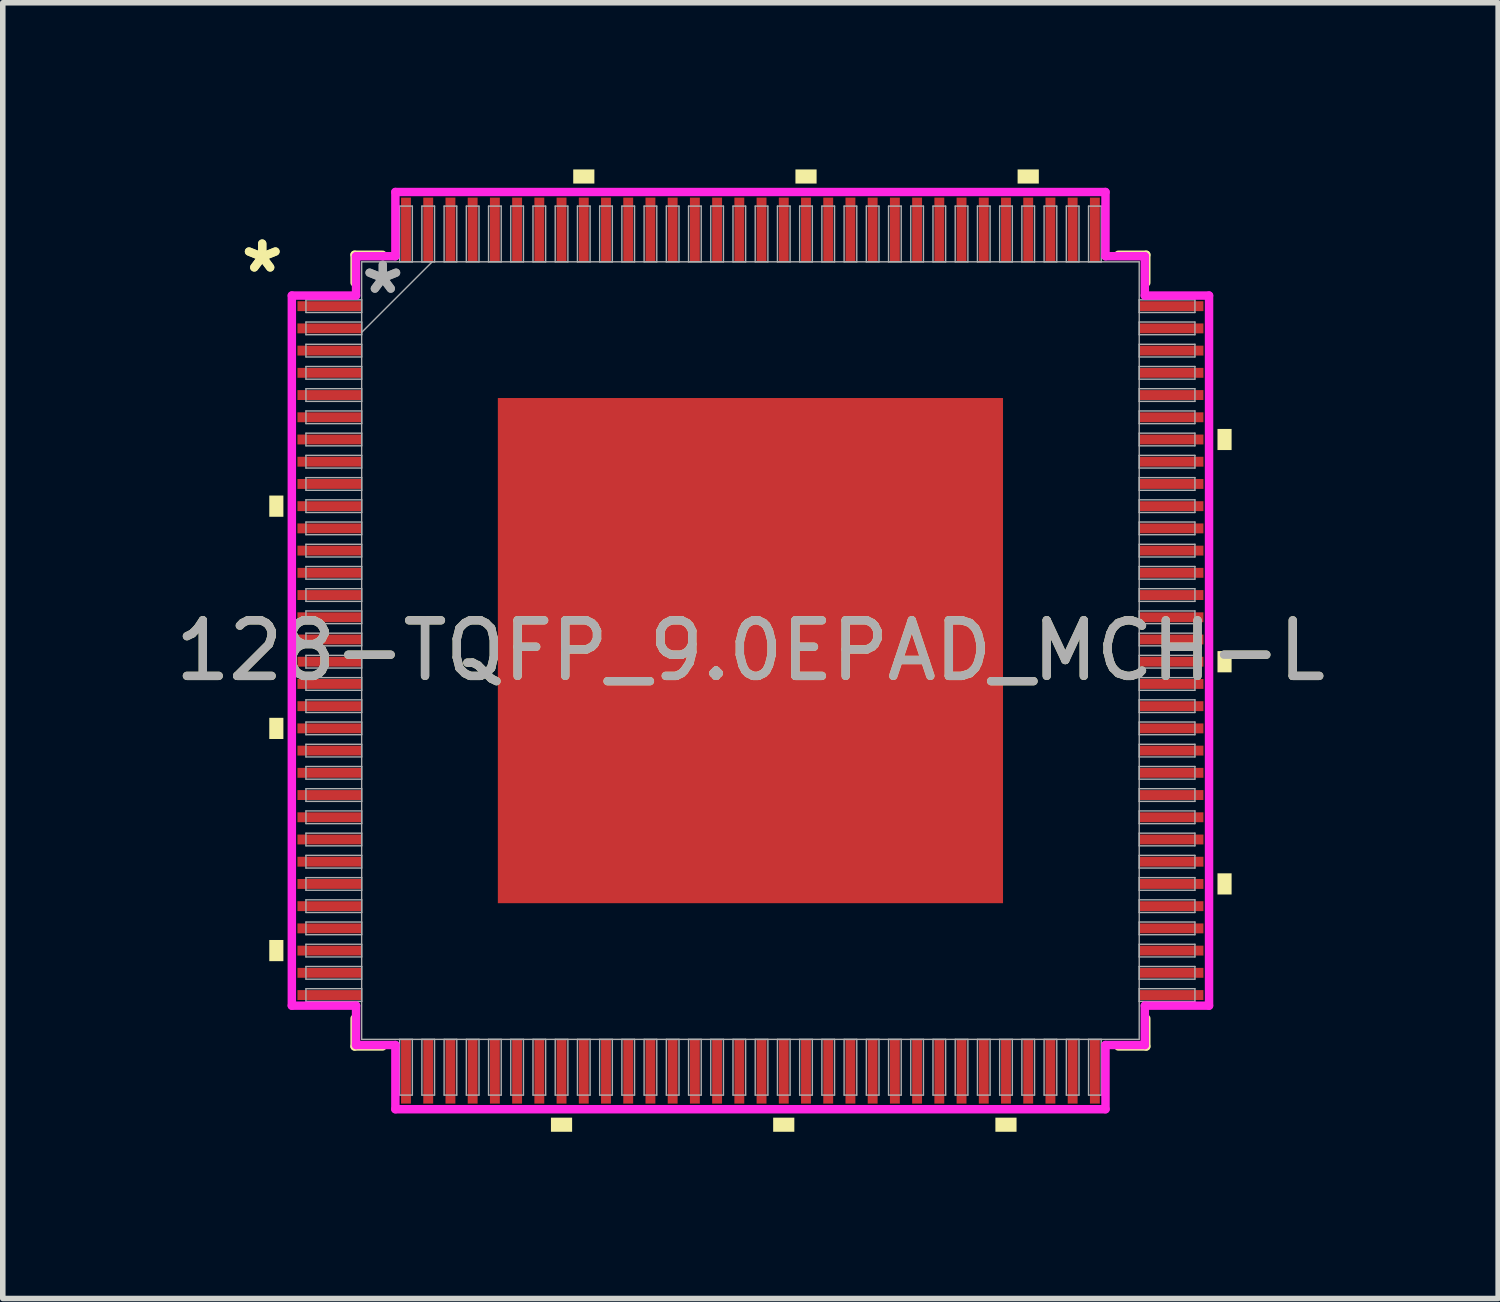
<source format=kicad_pcb>
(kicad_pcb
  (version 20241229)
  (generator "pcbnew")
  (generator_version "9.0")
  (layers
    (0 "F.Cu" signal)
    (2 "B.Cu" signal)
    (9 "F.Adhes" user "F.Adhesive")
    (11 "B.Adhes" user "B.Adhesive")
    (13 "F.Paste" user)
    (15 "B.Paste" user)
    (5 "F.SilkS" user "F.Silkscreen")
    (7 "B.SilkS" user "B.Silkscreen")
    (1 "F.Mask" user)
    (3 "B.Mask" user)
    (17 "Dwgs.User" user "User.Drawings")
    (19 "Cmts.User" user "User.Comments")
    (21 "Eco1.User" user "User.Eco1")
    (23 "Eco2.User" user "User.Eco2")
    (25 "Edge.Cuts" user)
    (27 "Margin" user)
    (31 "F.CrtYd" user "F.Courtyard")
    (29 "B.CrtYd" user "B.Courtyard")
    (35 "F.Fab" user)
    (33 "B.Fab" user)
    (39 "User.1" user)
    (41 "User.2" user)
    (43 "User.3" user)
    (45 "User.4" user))
  (footprint "128-TQFP_9.0EPAD_MCH-L"
    (layer "F.Cu")
    (at 10.458 8.661)
    (property "Reference" "128-TQFP_9.0EPAD_MCH-L" (at 0 0 0) (unlocked yes) (layer "F.SilkS") (effects (font (size 1 1) (thickness 0.15))))
    (attr smd)
    (fp_line (start -7.125 -7.125) (end -7.125 -6.622) (stroke (width 0.152) (type solid)) (layer "F.SilkS"))
    (fp_line (start -7.125 6.622) (end -7.125 7.125) (stroke (width 0.152) (type solid)) (layer "F.SilkS"))
    (fp_line (start -7.125 7.125) (end -6.622 7.125) (stroke (width 0.152) (type solid)) (layer "F.SilkS"))
    (fp_line (start -6.622 -7.125) (end -7.125 -7.125) (stroke (width 0.152) (type solid)) (layer "F.SilkS"))
    (fp_line (start 6.622 7.125) (end 7.125 7.125) (stroke (width 0.152) (type solid)) (layer "F.SilkS"))
    (fp_line (start 7.125 -7.125) (end 6.622 -7.125) (stroke (width 0.152) (type solid)) (layer "F.SilkS"))
    (fp_line (start 7.125 -6.622) (end 7.125 -7.125) (stroke (width 0.152) (type solid)) (layer "F.SilkS"))
    (fp_line (start 7.125 7.125) (end 7.125 6.622) (stroke (width 0.152) (type solid)) (layer "F.SilkS"))
    (fp_poly (pts (xy -8.661 -2.791) (xy -8.661 -2.409) (xy -8.407 -2.409) (xy -8.407 -2.791)) (stroke (width 0) (type solid)) (fill yes) (layer "F.SilkS"))
    (fp_poly (pts (xy -8.661 1.21) (xy -8.661 1.591) (xy -8.407 1.591) (xy -8.407 1.21)) (stroke (width 0) (type solid)) (fill yes) (layer "F.SilkS"))
    (fp_poly (pts (xy -8.661 5.209) (xy -8.661 5.59) (xy -8.407 5.59) (xy -8.407 5.209)) (stroke (width 0) (type solid)) (fill yes) (layer "F.SilkS"))
    (fp_poly (pts (xy -3.591 8.407) (xy -3.591 8.661) (xy -3.21 8.661) (xy -3.21 8.407)) (stroke (width 0) (type solid)) (fill yes) (layer "F.SilkS"))
    (fp_poly (pts (xy -3.19 -8.407) (xy -3.19 -8.661) (xy -2.809 -8.661) (xy -2.809 -8.407)) (stroke (width 0) (type solid)) (fill yes) (layer "F.SilkS"))
    (fp_poly (pts (xy 0.409 8.407) (xy 0.409 8.661) (xy 0.79 8.661) (xy 0.79 8.407)) (stroke (width 0) (type solid)) (fill yes) (layer "F.SilkS"))
    (fp_poly (pts (xy 0.81 -8.407) (xy 0.81 -8.661) (xy 1.191 -8.661) (xy 1.191 -8.407)) (stroke (width 0) (type solid)) (fill yes) (layer "F.SilkS"))
    (fp_poly (pts (xy 4.409 8.407) (xy 4.409 8.661) (xy 4.79 8.661) (xy 4.79 8.407)) (stroke (width 0) (type solid)) (fill yes) (layer "F.SilkS"))
    (fp_poly (pts (xy 4.809 -8.407) (xy 4.809 -8.661) (xy 5.191 -8.661) (xy 5.191 -8.407)) (stroke (width 0) (type solid)) (fill yes) (layer "F.SilkS"))
    (fp_poly (pts (xy 8.661 -3.99) (xy 8.661 -3.61) (xy 8.407 -3.61) (xy 8.407 -3.99)) (stroke (width 0) (type solid)) (fill yes) (layer "F.SilkS"))
    (fp_poly (pts (xy 8.661 0.009) (xy 8.661 0.391) (xy 8.407 0.391) (xy 8.407 0.009)) (stroke (width 0) (type solid)) (fill yes) (layer "F.SilkS"))
    (fp_poly (pts (xy 8.661 4.009) (xy 8.661 4.39) (xy 8.407 4.39) (xy 8.407 4.009)) (stroke (width 0) (type solid)) (fill yes) (layer "F.SilkS"))
    (fp_poly (pts (xy -4.447 -4.447) (xy -4.447 -3.348) (xy -3.348 -3.348) (xy -3.348 -4.447)) (stroke (width 0) (type solid)) (fill yes) (layer "F.Paste"))
    (fp_poly (pts (xy -4.447 -3.148) (xy -4.447 -2.049) (xy -3.348 -2.049) (xy -3.348 -3.148)) (stroke (width 0) (type solid)) (fill yes) (layer "F.Paste"))
    (fp_poly (pts (xy -4.447 -1.849) (xy -4.447 -0.75) (xy -3.348 -0.75) (xy -3.348 -1.849)) (stroke (width 0) (type solid)) (fill yes) (layer "F.Paste"))
    (fp_poly (pts (xy -4.447 -0.55) (xy -4.447 0.55) (xy -3.348 0.55) (xy -3.348 -0.55)) (stroke (width 0) (type solid)) (fill yes) (layer "F.Paste"))
    (fp_poly (pts (xy -4.447 0.75) (xy -4.447 1.849) (xy -3.348 1.849) (xy -3.348 0.75)) (stroke (width 0) (type solid)) (fill yes) (layer "F.Paste"))
    (fp_poly (pts (xy -4.447 2.049) (xy -4.447 3.148) (xy -3.348 3.148) (xy -3.348 2.049)) (stroke (width 0) (type solid)) (fill yes) (layer "F.Paste"))
    (fp_poly (pts (xy -4.447 3.348) (xy -4.447 4.447) (xy -3.348 4.447) (xy -3.348 3.348)) (stroke (width 0) (type solid)) (fill yes) (layer "F.Paste"))
    (fp_poly (pts (xy -3.148 -4.447) (xy -3.148 -3.348) (xy -2.049 -3.348) (xy -2.049 -4.447)) (stroke (width 0) (type solid)) (fill yes) (layer "F.Paste"))
    (fp_poly (pts (xy -3.148 -3.148) (xy -3.148 -2.049) (xy -2.049 -2.049) (xy -2.049 -3.148)) (stroke (width 0) (type solid)) (fill yes) (layer "F.Paste"))
    (fp_poly (pts (xy -3.148 -1.849) (xy -3.148 -0.75) (xy -2.049 -0.75) (xy -2.049 -1.849)) (stroke (width 0) (type solid)) (fill yes) (layer "F.Paste"))
    (fp_poly (pts (xy -3.148 -0.55) (xy -3.148 0.55) (xy -2.049 0.55) (xy -2.049 -0.55)) (stroke (width 0) (type solid)) (fill yes) (layer "F.Paste"))
    (fp_poly (pts (xy -3.148 0.75) (xy -3.148 1.849) (xy -2.049 1.849) (xy -2.049 0.75)) (stroke (width 0) (type solid)) (fill yes) (layer "F.Paste"))
    (fp_poly (pts (xy -3.148 2.049) (xy -3.148 3.148) (xy -2.049 3.148) (xy -2.049 2.049)) (stroke (width 0) (type solid)) (fill yes) (layer "F.Paste"))
    (fp_poly (pts (xy -3.148 3.348) (xy -3.148 4.447) (xy -2.049 4.447) (xy -2.049 3.348)) (stroke (width 0) (type solid)) (fill yes) (layer "F.Paste"))
    (fp_poly (pts (xy -1.849 -4.447) (xy -1.849 -3.348) (xy -0.75 -3.348) (xy -0.75 -4.447)) (stroke (width 0) (type solid)) (fill yes) (layer "F.Paste"))
    (fp_poly (pts (xy -1.849 -3.148) (xy -1.849 -2.049) (xy -0.75 -2.049) (xy -0.75 -3.148)) (stroke (width 0) (type solid)) (fill yes) (layer "F.Paste"))
    (fp_poly (pts (xy -1.849 -1.849) (xy -1.849 -0.75) (xy -0.75 -0.75) (xy -0.75 -1.849)) (stroke (width 0) (type solid)) (fill yes) (layer "F.Paste"))
    (fp_poly (pts (xy -1.849 -0.55) (xy -1.849 0.55) (xy -0.75 0.55) (xy -0.75 -0.55)) (stroke (width 0) (type solid)) (fill yes) (layer "F.Paste"))
    (fp_poly (pts (xy -1.849 0.75) (xy -1.849 1.849) (xy -0.75 1.849) (xy -0.75 0.75)) (stroke (width 0) (type solid)) (fill yes) (layer "F.Paste"))
    (fp_poly (pts (xy -1.849 2.049) (xy -1.849 3.148) (xy -0.75 3.148) (xy -0.75 2.049)) (stroke (width 0) (type solid)) (fill yes) (layer "F.Paste"))
    (fp_poly (pts (xy -1.849 3.348) (xy -1.849 4.447) (xy -0.75 4.447) (xy -0.75 3.348)) (stroke (width 0) (type solid)) (fill yes) (layer "F.Paste"))
    (fp_poly (pts (xy -0.55 -4.447) (xy -0.55 -3.348) (xy 0.55 -3.348) (xy 0.55 -4.447)) (stroke (width 0) (type solid)) (fill yes) (layer "F.Paste"))
    (fp_poly (pts (xy -0.55 -3.148) (xy -0.55 -2.049) (xy 0.55 -2.049) (xy 0.55 -3.148)) (stroke (width 0) (type solid)) (fill yes) (layer "F.Paste"))
    (fp_poly (pts (xy -0.55 -1.849) (xy -0.55 -0.75) (xy 0.55 -0.75) (xy 0.55 -1.849)) (stroke (width 0) (type solid)) (fill yes) (layer "F.Paste"))
    (fp_poly (pts (xy -0.55 -0.55) (xy -0.55 0.55) (xy 0.55 0.55) (xy 0.55 -0.55)) (stroke (width 0) (type solid)) (fill yes) (layer "F.Paste"))
    (fp_poly (pts (xy -0.55 0.75) (xy -0.55 1.849) (xy 0.55 1.849) (xy 0.55 0.75)) (stroke (width 0) (type solid)) (fill yes) (layer "F.Paste"))
    (fp_poly (pts (xy -0.55 2.049) (xy -0.55 3.148) (xy 0.55 3.148) (xy 0.55 2.049)) (stroke (width 0) (type solid)) (fill yes) (layer "F.Paste"))
    (fp_poly (pts (xy -0.55 3.348) (xy -0.55 4.447) (xy 0.55 4.447) (xy 0.55 3.348)) (stroke (width 0) (type solid)) (fill yes) (layer "F.Paste"))
    (fp_poly (pts (xy 0.75 -4.447) (xy 0.75 -3.348) (xy 1.849 -3.348) (xy 1.849 -4.447)) (stroke (width 0) (type solid)) (fill yes) (layer "F.Paste"))
    (fp_poly (pts (xy 0.75 -3.148) (xy 0.75 -2.049) (xy 1.849 -2.049) (xy 1.849 -3.148)) (stroke (width 0) (type solid)) (fill yes) (layer "F.Paste"))
    (fp_poly (pts (xy 0.75 -1.849) (xy 0.75 -0.75) (xy 1.849 -0.75) (xy 1.849 -1.849)) (stroke (width 0) (type solid)) (fill yes) (layer "F.Paste"))
    (fp_poly (pts (xy 0.75 -0.55) (xy 0.75 0.55) (xy 1.849 0.55) (xy 1.849 -0.55)) (stroke (width 0) (type solid)) (fill yes) (layer "F.Paste"))
    (fp_poly (pts (xy 0.75 0.75) (xy 0.75 1.849) (xy 1.849 1.849) (xy 1.849 0.75)) (stroke (width 0) (type solid)) (fill yes) (layer "F.Paste"))
    (fp_poly (pts (xy 0.75 2.049) (xy 0.75 3.148) (xy 1.849 3.148) (xy 1.849 2.049)) (stroke (width 0) (type solid)) (fill yes) (layer "F.Paste"))
    (fp_poly (pts (xy 0.75 3.348) (xy 0.75 4.447) (xy 1.849 4.447) (xy 1.849 3.348)) (stroke (width 0) (type solid)) (fill yes) (layer "F.Paste"))
    (fp_poly (pts (xy 2.049 -4.447) (xy 2.049 -3.348) (xy 3.148 -3.348) (xy 3.148 -4.447)) (stroke (width 0) (type solid)) (fill yes) (layer "F.Paste"))
    (fp_poly (pts (xy 2.049 -3.148) (xy 2.049 -2.049) (xy 3.148 -2.049) (xy 3.148 -3.148)) (stroke (width 0) (type solid)) (fill yes) (layer "F.Paste"))
    (fp_poly (pts (xy 2.049 -1.849) (xy 2.049 -0.75) (xy 3.148 -0.75) (xy 3.148 -1.849)) (stroke (width 0) (type solid)) (fill yes) (layer "F.Paste"))
    (fp_poly (pts (xy 2.049 -0.55) (xy 2.049 0.55) (xy 3.148 0.55) (xy 3.148 -0.55)) (stroke (width 0) (type solid)) (fill yes) (layer "F.Paste"))
    (fp_poly (pts (xy 2.049 0.75) (xy 2.049 1.849) (xy 3.148 1.849) (xy 3.148 0.75)) (stroke (width 0) (type solid)) (fill yes) (layer "F.Paste"))
    (fp_poly (pts (xy 2.049 2.049) (xy 2.049 3.148) (xy 3.148 3.148) (xy 3.148 2.049)) (stroke (width 0) (type solid)) (fill yes) (layer "F.Paste"))
    (fp_poly (pts (xy 2.049 3.348) (xy 2.049 4.447) (xy 3.148 4.447) (xy 3.148 3.348)) (stroke (width 0) (type solid)) (fill yes) (layer "F.Paste"))
    (fp_poly (pts (xy 3.348 -4.447) (xy 3.348 -3.348) (xy 4.447 -3.348) (xy 4.447 -4.447)) (stroke (width 0) (type solid)) (fill yes) (layer "F.Paste"))
    (fp_poly (pts (xy 3.348 -3.148) (xy 3.348 -2.049) (xy 4.447 -2.049) (xy 4.447 -3.148)) (stroke (width 0) (type solid)) (fill yes) (layer "F.Paste"))
    (fp_poly (pts (xy 3.348 -1.849) (xy 3.348 -0.75) (xy 4.447 -0.75) (xy 4.447 -1.849)) (stroke (width 0) (type solid)) (fill yes) (layer "F.Paste"))
    (fp_poly (pts (xy 3.348 -0.55) (xy 3.348 0.55) (xy 4.447 0.55) (xy 4.447 -0.55)) (stroke (width 0) (type solid)) (fill yes) (layer "F.Paste"))
    (fp_poly (pts (xy 3.348 0.75) (xy 3.348 1.849) (xy 4.447 1.849) (xy 4.447 0.75)) (stroke (width 0) (type solid)) (fill yes) (layer "F.Paste"))
    (fp_poly (pts (xy 3.348 2.049) (xy 3.348 3.148) (xy 4.447 3.148) (xy 4.447 2.049)) (stroke (width 0) (type solid)) (fill yes) (layer "F.Paste"))
    (fp_poly (pts (xy 3.348 3.348) (xy 3.348 4.447) (xy 4.447 4.447) (xy 4.447 3.348)) (stroke (width 0) (type solid)) (fill yes) (layer "F.Paste"))
    (fp_line (start -8.255 -6.391) (end -7.099 -6.391) (stroke (width 0.152) (type solid)) (layer "F.CrtYd"))
    (fp_line (start -8.255 6.391) (end -8.255 -6.391) (stroke (width 0.152) (type solid)) (layer "F.CrtYd"))
    (fp_line (start -7.099 -7.099) (end -6.391 -7.099) (stroke (width 0.152) (type solid)) (layer "F.CrtYd"))
    (fp_line (start -7.099 -6.391) (end -7.099 -7.099) (stroke (width 0.152) (type solid)) (layer "F.CrtYd"))
    (fp_line (start -7.099 6.391) (end -8.255 6.391) (stroke (width 0.152) (type solid)) (layer "F.CrtYd"))
    (fp_line (start -7.099 7.099) (end -7.099 6.391) (stroke (width 0.152) (type solid)) (layer "F.CrtYd"))
    (fp_line (start -7.099 7.099) (end -6.391 7.099) (stroke (width 0.152) (type solid)) (layer "F.CrtYd"))
    (fp_line (start -6.391 -8.255) (end 6.391 -8.255) (stroke (width 0.152) (type solid)) (layer "F.CrtYd"))
    (fp_line (start -6.391 -7.099) (end -6.391 -8.255) (stroke (width 0.152) (type solid)) (layer "F.CrtYd"))
    (fp_line (start -6.391 7.099) (end -6.391 8.255) (stroke (width 0.152) (type solid)) (layer "F.CrtYd"))
    (fp_line (start -6.391 8.255) (end 6.391 8.255) (stroke (width 0.152) (type solid)) (layer "F.CrtYd"))
    (fp_line (start 6.391 -8.255) (end 6.391 -7.099) (stroke (width 0.152) (type solid)) (layer "F.CrtYd"))
    (fp_line (start 6.391 -7.099) (end 7.099 -7.099) (stroke (width 0.152) (type solid)) (layer "F.CrtYd"))
    (fp_line (start 6.391 7.099) (end 7.099 7.099) (stroke (width 0.152) (type solid)) (layer "F.CrtYd"))
    (fp_line (start 6.391 8.255) (end 6.391 7.099) (stroke (width 0.152) (type solid)) (layer "F.CrtYd"))
    (fp_line (start 7.099 -6.391) (end 7.099 -7.099) (stroke (width 0.152) (type solid)) (layer "F.CrtYd"))
    (fp_line (start 7.099 6.391) (end 8.255 6.391) (stroke (width 0.152) (type solid)) (layer "F.CrtYd"))
    (fp_line (start 7.099 7.099) (end 7.099 6.391) (stroke (width 0.152) (type solid)) (layer "F.CrtYd"))
    (fp_line (start 8.255 -6.391) (end 7.099 -6.391) (stroke (width 0.152) (type solid)) (layer "F.CrtYd"))
    (fp_line (start 8.255 6.391) (end 8.255 -6.391) (stroke (width 0.152) (type solid)) (layer "F.CrtYd"))
    (fp_line (start -8.001 -6.314) (end -8.001 -6.086) (stroke (width 0.025) (type solid)) (layer "F.Fab"))
    (fp_line (start -8.001 -6.086) (end -6.998 -6.086) (stroke (width 0.025) (type solid)) (layer "F.Fab"))
    (fp_line (start -8.001 -5.914) (end -8.001 -5.686) (stroke (width 0.025) (type solid)) (layer "F.Fab"))
    (fp_line (start -8.001 -5.686) (end -6.998 -5.686) (stroke (width 0.025) (type solid)) (layer "F.Fab"))
    (fp_line (start -8.001 -5.514) (end -8.001 -5.286) (stroke (width 0.025) (type solid)) (layer "F.Fab"))
    (fp_line (start -8.001 -5.286) (end -6.998 -5.286) (stroke (width 0.025) (type solid)) (layer "F.Fab"))
    (fp_line (start -8.001 -5.114) (end -8.001 -4.886) (stroke (width 0.025) (type solid)) (layer "F.Fab"))
    (fp_line (start -8.001 -4.886) (end -6.998 -4.886) (stroke (width 0.025) (type solid)) (layer "F.Fab"))
    (fp_line (start -8.001 -4.714) (end -8.001 -4.486) (stroke (width 0.025) (type solid)) (layer "F.Fab"))
    (fp_line (start -8.001 -4.486) (end -6.998 -4.486) (stroke (width 0.025) (type solid)) (layer "F.Fab"))
    (fp_line (start -8.001 -4.314) (end -8.001 -4.086) (stroke (width 0.025) (type solid)) (layer "F.Fab"))
    (fp_line (start -8.001 -4.086) (end -6.998 -4.086) (stroke (width 0.025) (type solid)) (layer "F.Fab"))
    (fp_line (start -8.001 -3.914) (end -8.001 -3.686) (stroke (width 0.025) (type solid)) (layer "F.Fab"))
    (fp_line (start -8.001 -3.686) (end -6.998 -3.686) (stroke (width 0.025) (type solid)) (layer "F.Fab"))
    (fp_line (start -8.001 -3.514) (end -8.001 -3.286) (stroke (width 0.025) (type solid)) (layer "F.Fab"))
    (fp_line (start -8.001 -3.286) (end -6.998 -3.286) (stroke (width 0.025) (type solid)) (layer "F.Fab"))
    (fp_line (start -8.001 -3.114) (end -8.001 -2.886) (stroke (width 0.025) (type solid)) (layer "F.Fab"))
    (fp_line (start -8.001 -2.886) (end -6.998 -2.886) (stroke (width 0.025) (type solid)) (layer "F.Fab"))
    (fp_line (start -8.001 -2.714) (end -8.001 -2.486) (stroke (width 0.025) (type solid)) (layer "F.Fab"))
    (fp_line (start -8.001 -2.486) (end -6.998 -2.486) (stroke (width 0.025) (type solid)) (layer "F.Fab"))
    (fp_line (start -8.001 -2.314) (end -8.001 -2.086) (stroke (width 0.025) (type solid)) (layer "F.Fab"))
    (fp_line (start -8.001 -2.086) (end -6.998 -2.086) (stroke (width 0.025) (type solid)) (layer "F.Fab"))
    (fp_line (start -8.001 -1.914) (end -8.001 -1.686) (stroke (width 0.025) (type solid)) (layer "F.Fab"))
    (fp_line (start -8.001 -1.686) (end -6.998 -1.686) (stroke (width 0.025) (type solid)) (layer "F.Fab"))
    (fp_line (start -8.001 -1.514) (end -8.001 -1.286) (stroke (width 0.025) (type solid)) (layer "F.Fab"))
    (fp_line (start -8.001 -1.286) (end -6.998 -1.286) (stroke (width 0.025) (type solid)) (layer "F.Fab"))
    (fp_line (start -8.001 -1.114) (end -8.001 -0.886) (stroke (width 0.025) (type solid)) (layer "F.Fab"))
    (fp_line (start -8.001 -0.886) (end -6.998 -0.886) (stroke (width 0.025) (type solid)) (layer "F.Fab"))
    (fp_line (start -8.001 -0.714) (end -8.001 -0.486) (stroke (width 0.025) (type solid)) (layer "F.Fab"))
    (fp_line (start -8.001 -0.486) (end -6.998 -0.486) (stroke (width 0.025) (type solid)) (layer "F.Fab"))
    (fp_line (start -8.001 -0.314) (end -8.001 -0.086) (stroke (width 0.025) (type solid)) (layer "F.Fab"))
    (fp_line (start -8.001 -0.086) (end -6.998 -0.086) (stroke (width 0.025) (type solid)) (layer "F.Fab"))
    (fp_line (start -8.001 0.086) (end -8.001 0.314) (stroke (width 0.025) (type solid)) (layer "F.Fab"))
    (fp_line (start -8.001 0.314) (end -6.998 0.314) (stroke (width 0.025) (type solid)) (layer "F.Fab"))
    (fp_line (start -8.001 0.486) (end -8.001 0.714) (stroke (width 0.025) (type solid)) (layer "F.Fab"))
    (fp_line (start -8.001 0.714) (end -6.998 0.714) (stroke (width 0.025) (type solid)) (layer "F.Fab"))
    (fp_line (start -8.001 0.886) (end -8.001 1.114) (stroke (width 0.025) (type solid)) (layer "F.Fab"))
    (fp_line (start -8.001 1.114) (end -6.998 1.114) (stroke (width 0.025) (type solid)) (layer "F.Fab"))
    (fp_line (start -8.001 1.286) (end -8.001 1.514) (stroke (width 0.025) (type solid)) (layer "F.Fab"))
    (fp_line (start -8.001 1.514) (end -6.998 1.514) (stroke (width 0.025) (type solid)) (layer "F.Fab"))
    (fp_line (start -8.001 1.686) (end -8.001 1.914) (stroke (width 0.025) (type solid)) (layer "F.Fab"))
    (fp_line (start -8.001 1.914) (end -6.998 1.914) (stroke (width 0.025) (type solid)) (layer "F.Fab"))
    (fp_line (start -8.001 2.086) (end -8.001 2.314) (stroke (width 0.025) (type solid)) (layer "F.Fab"))
    (fp_line (start -8.001 2.314) (end -6.998 2.314) (stroke (width 0.025) (type solid)) (layer "F.Fab"))
    (fp_line (start -8.001 2.486) (end -8.001 2.714) (stroke (width 0.025) (type solid)) (layer "F.Fab"))
    (fp_line (start -8.001 2.714) (end -6.998 2.714) (stroke (width 0.025) (type solid)) (layer "F.Fab"))
    (fp_line (start -8.001 2.886) (end -8.001 3.114) (stroke (width 0.025) (type solid)) (layer "F.Fab"))
    (fp_line (start -8.001 3.114) (end -6.998 3.114) (stroke (width 0.025) (type solid)) (layer "F.Fab"))
    (fp_line (start -8.001 3.286) (end -8.001 3.514) (stroke (width 0.025) (type solid)) (layer "F.Fab"))
    (fp_line (start -8.001 3.514) (end -6.998 3.514) (stroke (width 0.025) (type solid)) (layer "F.Fab"))
    (fp_line (start -8.001 3.686) (end -8.001 3.914) (stroke (width 0.025) (type solid)) (layer "F.Fab"))
    (fp_line (start -8.001 3.914) (end -6.998 3.914) (stroke (width 0.025) (type solid)) (layer "F.Fab"))
    (fp_line (start -8.001 4.086) (end -8.001 4.314) (stroke (width 0.025) (type solid)) (layer "F.Fab"))
    (fp_line (start -8.001 4.314) (end -6.998 4.314) (stroke (width 0.025) (type solid)) (layer "F.Fab"))
    (fp_line (start -8.001 4.486) (end -8.001 4.714) (stroke (width 0.025) (type solid)) (layer "F.Fab"))
    (fp_line (start -8.001 4.714) (end -6.998 4.714) (stroke (width 0.025) (type solid)) (layer "F.Fab"))
    (fp_line (start -8.001 4.886) (end -8.001 5.114) (stroke (width 0.025) (type solid)) (layer "F.Fab"))
    (fp_line (start -8.001 5.114) (end -6.998 5.114) (stroke (width 0.025) (type solid)) (layer "F.Fab"))
    (fp_line (start -8.001 5.286) (end -8.001 5.514) (stroke (width 0.025) (type solid)) (layer "F.Fab"))
    (fp_line (start -8.001 5.514) (end -6.998 5.514) (stroke (width 0.025) (type solid)) (layer "F.Fab"))
    (fp_line (start -8.001 5.686) (end -8.001 5.914) (stroke (width 0.025) (type solid)) (layer "F.Fab"))
    (fp_line (start -8.001 5.914) (end -6.998 5.914) (stroke (width 0.025) (type solid)) (layer "F.Fab"))
    (fp_line (start -8.001 6.086) (end -8.001 6.314) (stroke (width 0.025) (type solid)) (layer "F.Fab"))
    (fp_line (start -8.001 6.314) (end -6.998 6.314) (stroke (width 0.025) (type solid)) (layer "F.Fab"))
    (fp_line (start -6.998 -6.998) (end -6.998 6.998) (stroke (width 0.025) (type solid)) (layer "F.Fab"))
    (fp_line (start -6.998 -6.314) (end -8.001 -6.314) (stroke (width 0.025) (type solid)) (layer "F.Fab"))
    (fp_line (start -6.998 -6.086) (end -6.998 -6.314) (stroke (width 0.025) (type solid)) (layer "F.Fab"))
    (fp_line (start -6.998 -5.914) (end -8.001 -5.914) (stroke (width 0.025) (type solid)) (layer "F.Fab"))
    (fp_line (start -6.998 -5.728) (end -5.728 -6.998) (stroke (width 0.025) (type solid)) (layer "F.Fab"))
    (fp_line (start -6.998 -5.686) (end -6.998 -5.914) (stroke (width 0.025) (type solid)) (layer "F.Fab"))
    (fp_line (start -6.998 -5.514) (end -8.001 -5.514) (stroke (width 0.025) (type solid)) (layer "F.Fab"))
    (fp_line (start -6.998 -5.286) (end -6.998 -5.514) (stroke (width 0.025) (type solid)) (layer "F.Fab"))
    (fp_line (start -6.998 -5.114) (end -8.001 -5.114) (stroke (width 0.025) (type solid)) (layer "F.Fab"))
    (fp_line (start -6.998 -4.886) (end -6.998 -5.114) (stroke (width 0.025) (type solid)) (layer "F.Fab"))
    (fp_line (start -6.998 -4.714) (end -8.001 -4.714) (stroke (width 0.025) (type solid)) (layer "F.Fab"))
    (fp_line (start -6.998 -4.486) (end -6.998 -4.714) (stroke (width 0.025) (type solid)) (layer "F.Fab"))
    (fp_line (start -6.998 -4.314) (end -8.001 -4.314) (stroke (width 0.025) (type solid)) (layer "F.Fab"))
    (fp_line (start -6.998 -4.086) (end -6.998 -4.314) (stroke (width 0.025) (type solid)) (layer "F.Fab"))
    (fp_line (start -6.998 -3.914) (end -8.001 -3.914) (stroke (width 0.025) (type solid)) (layer "F.Fab"))
    (fp_line (start -6.998 -3.686) (end -6.998 -3.914) (stroke (width 0.025) (type solid)) (layer "F.Fab"))
    (fp_line (start -6.998 -3.514) (end -8.001 -3.514) (stroke (width 0.025) (type solid)) (layer "F.Fab"))
    (fp_line (start -6.998 -3.286) (end -6.998 -3.514) (stroke (width 0.025) (type solid)) (layer "F.Fab"))
    (fp_line (start -6.998 -3.114) (end -8.001 -3.114) (stroke (width 0.025) (type solid)) (layer "F.Fab"))
    (fp_line (start -6.998 -2.886) (end -6.998 -3.114) (stroke (width 0.025) (type solid)) (layer "F.Fab"))
    (fp_line (start -6.998 -2.714) (end -8.001 -2.714) (stroke (width 0.025) (type solid)) (layer "F.Fab"))
    (fp_line (start -6.998 -2.486) (end -6.998 -2.714) (stroke (width 0.025) (type solid)) (layer "F.Fab"))
    (fp_line (start -6.998 -2.314) (end -8.001 -2.314) (stroke (width 0.025) (type solid)) (layer "F.Fab"))
    (fp_line (start -6.998 -2.086) (end -6.998 -2.314) (stroke (width 0.025) (type solid)) (layer "F.Fab"))
    (fp_line (start -6.998 -1.914) (end -8.001 -1.914) (stroke (width 0.025) (type solid)) (layer "F.Fab"))
    (fp_line (start -6.998 -1.686) (end -6.998 -1.914) (stroke (width 0.025) (type solid)) (layer "F.Fab"))
    (fp_line (start -6.998 -1.514) (end -8.001 -1.514) (stroke (width 0.025) (type solid)) (layer "F.Fab"))
    (fp_line (start -6.998 -1.286) (end -6.998 -1.514) (stroke (width 0.025) (type solid)) (layer "F.Fab"))
    (fp_line (start -6.998 -1.114) (end -8.001 -1.114) (stroke (width 0.025) (type solid)) (layer "F.Fab"))
    (fp_line (start -6.998 -0.886) (end -6.998 -1.114) (stroke (width 0.025) (type solid)) (layer "F.Fab"))
    (fp_line (start -6.998 -0.714) (end -8.001 -0.714) (stroke (width 0.025) (type solid)) (layer "F.Fab"))
    (fp_line (start -6.998 -0.486) (end -6.998 -0.714) (stroke (width 0.025) (type solid)) (layer "F.Fab"))
    (fp_line (start -6.998 -0.314) (end -8.001 -0.314) (stroke (width 0.025) (type solid)) (layer "F.Fab"))
    (fp_line (start -6.998 -0.086) (end -6.998 -0.314) (stroke (width 0.025) (type solid)) (layer "F.Fab"))
    (fp_line (start -6.998 0.086) (end -8.001 0.086) (stroke (width 0.025) (type solid)) (layer "F.Fab"))
    (fp_line (start -6.998 0.314) (end -6.998 0.086) (stroke (width 0.025) (type solid)) (layer "F.Fab"))
    (fp_line (start -6.998 0.486) (end -8.001 0.486) (stroke (width 0.025) (type solid)) (layer "F.Fab"))
    (fp_line (start -6.998 0.714) (end -6.998 0.486) (stroke (width 0.025) (type solid)) (layer "F.Fab"))
    (fp_line (start -6.998 0.886) (end -8.001 0.886) (stroke (width 0.025) (type solid)) (layer "F.Fab"))
    (fp_line (start -6.998 1.114) (end -6.998 0.886) (stroke (width 0.025) (type solid)) (layer "F.Fab"))
    (fp_line (start -6.998 1.286) (end -8.001 1.286) (stroke (width 0.025) (type solid)) (layer "F.Fab"))
    (fp_line (start -6.998 1.514) (end -6.998 1.286) (stroke (width 0.025) (type solid)) (layer "F.Fab"))
    (fp_line (start -6.998 1.686) (end -8.001 1.686) (stroke (width 0.025) (type solid)) (layer "F.Fab"))
    (fp_line (start -6.998 1.914) (end -6.998 1.686) (stroke (width 0.025) (type solid)) (layer "F.Fab"))
    (fp_line (start -6.998 2.086) (end -8.001 2.086) (stroke (width 0.025) (type solid)) (layer "F.Fab"))
    (fp_line (start -6.998 2.314) (end -6.998 2.086) (stroke (width 0.025) (type solid)) (layer "F.Fab"))
    (fp_line (start -6.998 2.486) (end -8.001 2.486) (stroke (width 0.025) (type solid)) (layer "F.Fab"))
    (fp_line (start -6.998 2.714) (end -6.998 2.486) (stroke (width 0.025) (type solid)) (layer "F.Fab"))
    (fp_line (start -6.998 2.886) (end -8.001 2.886) (stroke (width 0.025) (type solid)) (layer "F.Fab"))
    (fp_line (start -6.998 3.114) (end -6.998 2.886) (stroke (width 0.025) (type solid)) (layer "F.Fab"))
    (fp_line (start -6.998 3.286) (end -8.001 3.286) (stroke (width 0.025) (type solid)) (layer "F.Fab"))
    (fp_line (start -6.998 3.514) (end -6.998 3.286) (stroke (width 0.025) (type solid)) (layer "F.Fab"))
    (fp_line (start -6.998 3.686) (end -8.001 3.686) (stroke (width 0.025) (type solid)) (layer "F.Fab"))
    (fp_line (start -6.998 3.914) (end -6.998 3.686) (stroke (width 0.025) (type solid)) (layer "F.Fab"))
    (fp_line (start -6.998 4.086) (end -8.001 4.086) (stroke (width 0.025) (type solid)) (layer "F.Fab"))
    (fp_line (start -6.998 4.314) (end -6.998 4.086) (stroke (width 0.025) (type solid)) (layer "F.Fab"))
    (fp_line (start -6.998 4.486) (end -8.001 4.486) (stroke (width 0.025) (type solid)) (layer "F.Fab"))
    (fp_line (start -6.998 4.714) (end -6.998 4.486) (stroke (width 0.025) (type solid)) (layer "F.Fab"))
    (fp_line (start -6.998 4.886) (end -8.001 4.886) (stroke (width 0.025) (type solid)) (layer "F.Fab"))
    (fp_line (start -6.998 5.114) (end -6.998 4.886) (stroke (width 0.025) (type solid)) (layer "F.Fab"))
    (fp_line (start -6.998 5.286) (end -8.001 5.286) (stroke (width 0.025) (type solid)) (layer "F.Fab"))
    (fp_line (start -6.998 5.514) (end -6.998 5.286) (stroke (width 0.025) (type solid)) (layer "F.Fab"))
    (fp_line (start -6.998 5.686) (end -8.001 5.686) (stroke (width 0.025) (type solid)) (layer "F.Fab"))
    (fp_line (start -6.998 5.914) (end -6.998 5.686) (stroke (width 0.025) (type solid)) (layer "F.Fab"))
    (fp_line (start -6.998 6.086) (end -8.001 6.086) (stroke (width 0.025) (type solid)) (layer "F.Fab"))
    (fp_line (start -6.998 6.314) (end -6.998 6.086) (stroke (width 0.025) (type solid)) (layer "F.Fab"))
    (fp_line (start -6.998 6.998) (end 6.998 6.998) (stroke (width 0.025) (type solid)) (layer "F.Fab"))
    (fp_line (start -6.314 -8.001) (end -6.314 -6.998) (stroke (width 0.025) (type solid)) (layer "F.Fab"))
    (fp_line (start -6.314 -6.998) (end -6.086 -6.998) (stroke (width 0.025) (type solid)) (layer "F.Fab"))
    (fp_line (start -6.314 6.998) (end -6.314 8.001) (stroke (width 0.025) (type solid)) (layer "F.Fab"))
    (fp_line (start -6.314 8.001) (end -6.086 8.001) (stroke (width 0.025) (type solid)) (layer "F.Fab"))
    (fp_line (start -6.086 -8.001) (end -6.314 -8.001) (stroke (width 0.025) (type solid)) (layer "F.Fab"))
    (fp_line (start -6.086 -6.998) (end -6.086 -8.001) (stroke (width 0.025) (type solid)) (layer "F.Fab"))
    (fp_line (start -6.086 6.998) (end -6.314 6.998) (stroke (width 0.025) (type solid)) (layer "F.Fab"))
    (fp_line (start -6.086 8.001) (end -6.086 6.998) (stroke (width 0.025) (type solid)) (layer "F.Fab"))
    (fp_line (start -5.914 6.998) (end -5.914 8.001) (stroke (width 0.025) (type solid)) (layer "F.Fab"))
    (fp_line (start -5.914 8.001) (end -5.686 8.001) (stroke (width 0.025) (type solid)) (layer "F.Fab"))
    (fp_line (start -5.914 -8.001) (end -5.914 -6.998) (stroke (width 0.025) (type solid)) (layer "F.Fab"))
    (fp_line (start -5.914 -6.998) (end -5.686 -6.998) (stroke (width 0.025) (type solid)) (layer "F.Fab"))
    (fp_line (start -5.686 6.998) (end -5.914 6.998) (stroke (width 0.025) (type solid)) (layer "F.Fab"))
    (fp_line (start -5.686 8.001) (end -5.686 6.998) (stroke (width 0.025) (type solid)) (layer "F.Fab"))
    (fp_line (start -5.686 -8.001) (end -5.914 -8.001) (stroke (width 0.025) (type solid)) (layer "F.Fab"))
    (fp_line (start -5.686 -6.998) (end -5.686 -8.001) (stroke (width 0.025) (type solid)) (layer "F.Fab"))
    (fp_line (start -5.514 6.998) (end -5.514 8.001) (stroke (width 0.025) (type solid)) (layer "F.Fab"))
    (fp_line (start -5.514 8.001) (end -5.286 8.001) (stroke (width 0.025) (type solid)) (layer "F.Fab"))
    (fp_line (start -5.514 -8.001) (end -5.514 -6.998) (stroke (width 0.025) (type solid)) (layer "F.Fab"))
    (fp_line (start -5.514 -6.998) (end -5.286 -6.998) (stroke (width 0.025) (type solid)) (layer "F.Fab"))
    (fp_line (start -5.286 6.998) (end -5.514 6.998) (stroke (width 0.025) (type solid)) (layer "F.Fab"))
    (fp_line (start -5.286 8.001) (end -5.286 6.998) (stroke (width 0.025) (type solid)) (layer "F.Fab"))
    (fp_line (start -5.286 -8.001) (end -5.514 -8.001) (stroke (width 0.025) (type solid)) (layer "F.Fab"))
    (fp_line (start -5.286 -6.998) (end -5.286 -8.001) (stroke (width 0.025) (type solid)) (layer "F.Fab"))
    (fp_line (start -5.114 6.998) (end -5.114 8.001) (stroke (width 0.025) (type solid)) (layer "F.Fab"))
    (fp_line (start -5.114 8.001) (end -4.886 8.001) (stroke (width 0.025) (type solid)) (layer "F.Fab"))
    (fp_line (start -5.114 -8.001) (end -5.114 -6.998) (stroke (width 0.025) (type solid)) (layer "F.Fab"))
    (fp_line (start -5.114 -6.998) (end -4.886 -6.998) (stroke (width 0.025) (type solid)) (layer "F.Fab"))
    (fp_line (start -4.886 6.998) (end -5.114 6.998) (stroke (width 0.025) (type solid)) (layer "F.Fab"))
    (fp_line (start -4.886 8.001) (end -4.886 6.998) (stroke (width 0.025) (type solid)) (layer "F.Fab"))
    (fp_line (start -4.886 -8.001) (end -5.114 -8.001) (stroke (width 0.025) (type solid)) (layer "F.Fab"))
    (fp_line (start -4.886 -6.998) (end -4.886 -8.001) (stroke (width 0.025) (type solid)) (layer "F.Fab"))
    (fp_line (start -4.714 6.998) (end -4.714 8.001) (stroke (width 0.025) (type solid)) (layer "F.Fab"))
    (fp_line (start -4.714 8.001) (end -4.486 8.001) (stroke (width 0.025) (type solid)) (layer "F.Fab"))
    (fp_line (start -4.714 -8.001) (end -4.714 -6.998) (stroke (width 0.025) (type solid)) (layer "F.Fab"))
    (fp_line (start -4.714 -6.998) (end -4.486 -6.998) (stroke (width 0.025) (type solid)) (layer "F.Fab"))
    (fp_line (start -4.486 6.998) (end -4.714 6.998) (stroke (width 0.025) (type solid)) (layer "F.Fab"))
    (fp_line (start -4.486 8.001) (end -4.486 6.998) (stroke (width 0.025) (type solid)) (layer "F.Fab"))
    (fp_line (start -4.486 -8.001) (end -4.714 -8.001) (stroke (width 0.025) (type solid)) (layer "F.Fab"))
    (fp_line (start -4.486 -6.998) (end -4.486 -8.001) (stroke (width 0.025) (type solid)) (layer "F.Fab"))
    (fp_line (start -4.314 6.998) (end -4.314 8.001) (stroke (width 0.025) (type solid)) (layer "F.Fab"))
    (fp_line (start -4.314 8.001) (end -4.086 8.001) (stroke (width 0.025) (type solid)) (layer "F.Fab"))
    (fp_line (start -4.314 -8.001) (end -4.314 -6.998) (stroke (width 0.025) (type solid)) (layer "F.Fab"))
    (fp_line (start -4.314 -6.998) (end -4.086 -6.998) (stroke (width 0.025) (type solid)) (layer "F.Fab"))
    (fp_line (start -4.086 6.998) (end -4.314 6.998) (stroke (width 0.025) (type solid)) (layer "F.Fab"))
    (fp_line (start -4.086 8.001) (end -4.086 6.998) (stroke (width 0.025) (type solid)) (layer "F.Fab"))
    (fp_line (start -4.086 -8.001) (end -4.314 -8.001) (stroke (width 0.025) (type solid)) (layer "F.Fab"))
    (fp_line (start -4.086 -6.998) (end -4.086 -8.001) (stroke (width 0.025) (type solid)) (layer "F.Fab"))
    (fp_line (start -3.914 6.998) (end -3.914 8.001) (stroke (width 0.025) (type solid)) (layer "F.Fab"))
    (fp_line (start -3.914 8.001) (end -3.686 8.001) (stroke (width 0.025) (type solid)) (layer "F.Fab"))
    (fp_line (start -3.914 -8.001) (end -3.914 -6.998) (stroke (width 0.025) (type solid)) (layer "F.Fab"))
    (fp_line (start -3.914 -6.998) (end -3.686 -6.998) (stroke (width 0.025) (type solid)) (layer "F.Fab"))
    (fp_line (start -3.686 6.998) (end -3.914 6.998) (stroke (width 0.025) (type solid)) (layer "F.Fab"))
    (fp_line (start -3.686 8.001) (end -3.686 6.998) (stroke (width 0.025) (type solid)) (layer "F.Fab"))
    (fp_line (start -3.686 -8.001) (end -3.914 -8.001) (stroke (width 0.025) (type solid)) (layer "F.Fab"))
    (fp_line (start -3.686 -6.998) (end -3.686 -8.001) (stroke (width 0.025) (type solid)) (layer "F.Fab"))
    (fp_line (start -3.514 6.998) (end -3.514 8.001) (stroke (width 0.025) (type solid)) (layer "F.Fab"))
    (fp_line (start -3.514 8.001) (end -3.286 8.001) (stroke (width 0.025) (type solid)) (layer "F.Fab"))
    (fp_line (start -3.514 -8.001) (end -3.514 -6.998) (stroke (width 0.025) (type solid)) (layer "F.Fab"))
    (fp_line (start -3.514 -6.998) (end -3.286 -6.998) (stroke (width 0.025) (type solid)) (layer "F.Fab"))
    (fp_line (start -3.286 6.998) (end -3.514 6.998) (stroke (width 0.025) (type solid)) (layer "F.Fab"))
    (fp_line (start -3.286 8.001) (end -3.286 6.998) (stroke (width 0.025) (type solid)) (layer "F.Fab"))
    (fp_line (start -3.286 -8.001) (end -3.514 -8.001) (stroke (width 0.025) (type solid)) (layer "F.Fab"))
    (fp_line (start -3.286 -6.998) (end -3.286 -8.001) (stroke (width 0.025) (type solid)) (layer "F.Fab"))
    (fp_line (start -3.114 6.998) (end -3.114 8.001) (stroke (width 0.025) (type solid)) (layer "F.Fab"))
    (fp_line (start -3.114 8.001) (end -2.886 8.001) (stroke (width 0.025) (type solid)) (layer "F.Fab"))
    (fp_line (start -3.114 -8.001) (end -3.114 -6.998) (stroke (width 0.025) (type solid)) (layer "F.Fab"))
    (fp_line (start -3.114 -6.998) (end -2.886 -6.998) (stroke (width 0.025) (type solid)) (layer "F.Fab"))
    (fp_line (start -2.886 6.998) (end -3.114 6.998) (stroke (width 0.025) (type solid)) (layer "F.Fab"))
    (fp_line (start -2.886 8.001) (end -2.886 6.998) (stroke (width 0.025) (type solid)) (layer "F.Fab"))
    (fp_line (start -2.886 -8.001) (end -3.114 -8.001) (stroke (width 0.025) (type solid)) (layer "F.Fab"))
    (fp_line (start -2.886 -6.998) (end -2.886 -8.001) (stroke (width 0.025) (type solid)) (layer "F.Fab"))
    (fp_line (start -2.714 -8.001) (end -2.714 -6.998) (stroke (width 0.025) (type solid)) (layer "F.Fab"))
    (fp_line (start -2.714 -6.998) (end -2.486 -6.998) (stroke (width 0.025) (type solid)) (layer "F.Fab"))
    (fp_line (start -2.714 6.998) (end -2.714 8.001) (stroke (width 0.025) (type solid)) (layer "F.Fab"))
    (fp_line (start -2.714 8.001) (end -2.486 8.001) (stroke (width 0.025) (type solid)) (layer "F.Fab"))
    (fp_line (start -2.486 -8.001) (end -2.714 -8.001) (stroke (width 0.025) (type solid)) (layer "F.Fab"))
    (fp_line (start -2.486 -6.998) (end -2.486 -8.001) (stroke (width 0.025) (type solid)) (layer "F.Fab"))
    (fp_line (start -2.486 6.998) (end -2.714 6.998) (stroke (width 0.025) (type solid)) (layer "F.Fab"))
    (fp_line (start -2.486 8.001) (end -2.486 6.998) (stroke (width 0.025) (type solid)) (layer "F.Fab"))
    (fp_line (start -2.314 -8.001) (end -2.314 -6.998) (stroke (width 0.025) (type solid)) (layer "F.Fab"))
    (fp_line (start -2.314 -6.998) (end -2.086 -6.998) (stroke (width 0.025) (type solid)) (layer "F.Fab"))
    (fp_line (start -2.314 6.998) (end -2.314 8.001) (stroke (width 0.025) (type solid)) (layer "F.Fab"))
    (fp_line (start -2.314 8.001) (end -2.086 8.001) (stroke (width 0.025) (type solid)) (layer "F.Fab"))
    (fp_line (start -2.086 -8.001) (end -2.314 -8.001) (stroke (width 0.025) (type solid)) (layer "F.Fab"))
    (fp_line (start -2.086 -6.998) (end -2.086 -8.001) (stroke (width 0.025) (type solid)) (layer "F.Fab"))
    (fp_line (start -2.086 6.998) (end -2.314 6.998) (stroke (width 0.025) (type solid)) (layer "F.Fab"))
    (fp_line (start -2.086 8.001) (end -2.086 6.998) (stroke (width 0.025) (type solid)) (layer "F.Fab"))
    (fp_line (start -1.914 -8.001) (end -1.914 -6.998) (stroke (width 0.025) (type solid)) (layer "F.Fab"))
    (fp_line (start -1.914 -6.998) (end -1.686 -6.998) (stroke (width 0.025) (type solid)) (layer "F.Fab"))
    (fp_line (start -1.914 6.998) (end -1.914 8.001) (stroke (width 0.025) (type solid)) (layer "F.Fab"))
    (fp_line (start -1.914 8.001) (end -1.686 8.001) (stroke (width 0.025) (type solid)) (layer "F.Fab"))
    (fp_line (start -1.686 -8.001) (end -1.914 -8.001) (stroke (width 0.025) (type solid)) (layer "F.Fab"))
    (fp_line (start -1.686 -6.998) (end -1.686 -8.001) (stroke (width 0.025) (type solid)) (layer "F.Fab"))
    (fp_line (start -1.686 6.998) (end -1.914 6.998) (stroke (width 0.025) (type solid)) (layer "F.Fab"))
    (fp_line (start -1.686 8.001) (end -1.686 6.998) (stroke (width 0.025) (type solid)) (layer "F.Fab"))
    (fp_line (start -1.514 -8.001) (end -1.514 -6.998) (stroke (width 0.025) (type solid)) (layer "F.Fab"))
    (fp_line (start -1.514 -6.998) (end -1.286 -6.998) (stroke (width 0.025) (type solid)) (layer "F.Fab"))
    (fp_line (start -1.514 6.998) (end -1.514 8.001) (stroke (width 0.025) (type solid)) (layer "F.Fab"))
    (fp_line (start -1.514 8.001) (end -1.286 8.001) (stroke (width 0.025) (type solid)) (layer "F.Fab"))
    (fp_line (start -1.286 -8.001) (end -1.514 -8.001) (stroke (width 0.025) (type solid)) (layer "F.Fab"))
    (fp_line (start -1.286 -6.998) (end -1.286 -8.001) (stroke (width 0.025) (type solid)) (layer "F.Fab"))
    (fp_line (start -1.286 6.998) (end -1.514 6.998) (stroke (width 0.025) (type solid)) (layer "F.Fab"))
    (fp_line (start -1.286 8.001) (end -1.286 6.998) (stroke (width 0.025) (type solid)) (layer "F.Fab"))
    (fp_line (start -1.114 -8.001) (end -1.114 -6.998) (stroke (width 0.025) (type solid)) (layer "F.Fab"))
    (fp_line (start -1.114 -6.998) (end -0.886 -6.998) (stroke (width 0.025) (type solid)) (layer "F.Fab"))
    (fp_line (start -1.114 6.998) (end -1.114 8.001) (stroke (width 0.025) (type solid)) (layer "F.Fab"))
    (fp_line (start -1.114 8.001) (end -0.886 8.001) (stroke (width 0.025) (type solid)) (layer "F.Fab"))
    (fp_line (start -0.886 -8.001) (end -1.114 -8.001) (stroke (width 0.025) (type solid)) (layer "F.Fab"))
    (fp_line (start -0.886 -6.998) (end -0.886 -8.001) (stroke (width 0.025) (type solid)) (layer "F.Fab"))
    (fp_line (start -0.886 6.998) (end -1.114 6.998) (stroke (width 0.025) (type solid)) (layer "F.Fab"))
    (fp_line (start -0.886 8.001) (end -0.886 6.998) (stroke (width 0.025) (type solid)) (layer "F.Fab"))
    (fp_line (start -0.714 -8.001) (end -0.714 -6.998) (stroke (width 0.025) (type solid)) (layer "F.Fab"))
    (fp_line (start -0.714 -6.998) (end -0.486 -6.998) (stroke (width 0.025) (type solid)) (layer "F.Fab"))
    (fp_line (start -0.714 6.998) (end -0.714 8.001) (stroke (width 0.025) (type solid)) (layer "F.Fab"))
    (fp_line (start -0.714 8.001) (end -0.486 8.001) (stroke (width 0.025) (type solid)) (layer "F.Fab"))
    (fp_line (start -0.486 -8.001) (end -0.714 -8.001) (stroke (width 0.025) (type solid)) (layer "F.Fab"))
    (fp_line (start -0.486 -6.998) (end -0.486 -8.001) (stroke (width 0.025) (type solid)) (layer "F.Fab"))
    (fp_line (start -0.486 6.998) (end -0.714 6.998) (stroke (width 0.025) (type solid)) (layer "F.Fab"))
    (fp_line (start -0.486 8.001) (end -0.486 6.998) (stroke (width 0.025) (type solid)) (layer "F.Fab"))
    (fp_line (start -0.314 -8.001) (end -0.314 -6.998) (stroke (width 0.025) (type solid)) (layer "F.Fab"))
    (fp_line (start -0.314 -6.998) (end -0.086 -6.998) (stroke (width 0.025) (type solid)) (layer "F.Fab"))
    (fp_line (start -0.314 6.998) (end -0.314 8.001) (stroke (width 0.025) (type solid)) (layer "F.Fab"))
    (fp_line (start -0.314 8.001) (end -0.086 8.001) (stroke (width 0.025) (type solid)) (layer "F.Fab"))
    (fp_line (start -0.086 -8.001) (end -0.314 -8.001) (stroke (width 0.025) (type solid)) (layer "F.Fab"))
    (fp_line (start -0.086 -6.998) (end -0.086 -8.001) (stroke (width 0.025) (type solid)) (layer "F.Fab"))
    (fp_line (start -0.086 6.998) (end -0.314 6.998) (stroke (width 0.025) (type solid)) (layer "F.Fab"))
    (fp_line (start -0.086 8.001) (end -0.086 6.998) (stroke (width 0.025) (type solid)) (layer "F.Fab"))
    (fp_line (start 0.086 -8.001) (end 0.086 -6.998) (stroke (width 0.025) (type solid)) (layer "F.Fab"))
    (fp_line (start 0.086 -6.998) (end 0.314 -6.998) (stroke (width 0.025) (type solid)) (layer "F.Fab"))
    (fp_line (start 0.086 6.998) (end 0.086 8.001) (stroke (width 0.025) (type solid)) (layer "F.Fab"))
    (fp_line (start 0.086 8.001) (end 0.314 8.001) (stroke (width 0.025) (type solid)) (layer "F.Fab"))
    (fp_line (start 0.314 -8.001) (end 0.086 -8.001) (stroke (width 0.025) (type solid)) (layer "F.Fab"))
    (fp_line (start 0.314 -6.998) (end 0.314 -8.001) (stroke (width 0.025) (type solid)) (layer "F.Fab"))
    (fp_line (start 0.314 6.998) (end 0.086 6.998) (stroke (width 0.025) (type solid)) (layer "F.Fab"))
    (fp_line (start 0.314 8.001) (end 0.314 6.998) (stroke (width 0.025) (type solid)) (layer "F.Fab"))
    (fp_line (start 0.486 -8.001) (end 0.486 -6.998) (stroke (width 0.025) (type solid)) (layer "F.Fab"))
    (fp_line (start 0.486 -6.998) (end 0.714 -6.998) (stroke (width 0.025) (type solid)) (layer "F.Fab"))
    (fp_line (start 0.486 6.998) (end 0.486 8.001) (stroke (width 0.025) (type solid)) (layer "F.Fab"))
    (fp_line (start 0.486 8.001) (end 0.714 8.001) (stroke (width 0.025) (type solid)) (layer "F.Fab"))
    (fp_line (start 0.714 -8.001) (end 0.486 -8.001) (stroke (width 0.025) (type solid)) (layer "F.Fab"))
    (fp_line (start 0.714 -6.998) (end 0.714 -8.001) (stroke (width 0.025) (type solid)) (layer "F.Fab"))
    (fp_line (start 0.714 6.998) (end 0.486 6.998) (stroke (width 0.025) (type solid)) (layer "F.Fab"))
    (fp_line (start 0.714 8.001) (end 0.714 6.998) (stroke (width 0.025) (type solid)) (layer "F.Fab"))
    (fp_line (start 0.886 -8.001) (end 0.886 -6.998) (stroke (width 0.025) (type solid)) (layer "F.Fab"))
    (fp_line (start 0.886 -6.998) (end 1.114 -6.998) (stroke (width 0.025) (type solid)) (layer "F.Fab"))
    (fp_line (start 0.886 6.998) (end 0.886 8.001) (stroke (width 0.025) (type solid)) (layer "F.Fab"))
    (fp_line (start 0.886 8.001) (end 1.114 8.001) (stroke (width 0.025) (type solid)) (layer "F.Fab"))
    (fp_line (start 1.114 -8.001) (end 0.886 -8.001) (stroke (width 0.025) (type solid)) (layer "F.Fab"))
    (fp_line (start 1.114 -6.998) (end 1.114 -8.001) (stroke (width 0.025) (type solid)) (layer "F.Fab"))
    (fp_line (start 1.114 6.998) (end 0.886 6.998) (stroke (width 0.025) (type solid)) (layer "F.Fab"))
    (fp_line (start 1.114 8.001) (end 1.114 6.998) (stroke (width 0.025) (type solid)) (layer "F.Fab"))
    (fp_line (start 1.286 -8.001) (end 1.286 -6.998) (stroke (width 0.025) (type solid)) (layer "F.Fab"))
    (fp_line (start 1.286 -6.998) (end 1.514 -6.998) (stroke (width 0.025) (type solid)) (layer "F.Fab"))
    (fp_line (start 1.286 6.998) (end 1.286 8.001) (stroke (width 0.025) (type solid)) (layer "F.Fab"))
    (fp_line (start 1.286 8.001) (end 1.514 8.001) (stroke (width 0.025) (type solid)) (layer "F.Fab"))
    (fp_line (start 1.514 -8.001) (end 1.286 -8.001) (stroke (width 0.025) (type solid)) (layer "F.Fab"))
    (fp_line (start 1.514 -6.998) (end 1.514 -8.001) (stroke (width 0.025) (type solid)) (layer "F.Fab"))
    (fp_line (start 1.514 6.998) (end 1.286 6.998) (stroke (width 0.025) (type solid)) (layer "F.Fab"))
    (fp_line (start 1.514 8.001) (end 1.514 6.998) (stroke (width 0.025) (type solid)) (layer "F.Fab"))
    (fp_line (start 1.686 -8.001) (end 1.686 -6.998) (stroke (width 0.025) (type solid)) (layer "F.Fab"))
    (fp_line (start 1.686 -6.998) (end 1.914 -6.998) (stroke (width 0.025) (type solid)) (layer "F.Fab"))
    (fp_line (start 1.686 6.998) (end 1.686 8.001) (stroke (width 0.025) (type solid)) (layer "F.Fab"))
    (fp_line (start 1.686 8.001) (end 1.914 8.001) (stroke (width 0.025) (type solid)) (layer "F.Fab"))
    (fp_line (start 1.914 -8.001) (end 1.686 -8.001) (stroke (width 0.025) (type solid)) (layer "F.Fab"))
    (fp_line (start 1.914 -6.998) (end 1.914 -8.001) (stroke (width 0.025) (type solid)) (layer "F.Fab"))
    (fp_line (start 1.914 6.998) (end 1.686 6.998) (stroke (width 0.025) (type solid)) (layer "F.Fab"))
    (fp_line (start 1.914 8.001) (end 1.914 6.998) (stroke (width 0.025) (type solid)) (layer "F.Fab"))
    (fp_line (start 2.086 -8.001) (end 2.086 -6.998) (stroke (width 0.025) (type solid)) (layer "F.Fab"))
    (fp_line (start 2.086 -6.998) (end 2.314 -6.998) (stroke (width 0.025) (type solid)) (layer "F.Fab"))
    (fp_line (start 2.086 6.998) (end 2.086 8.001) (stroke (width 0.025) (type solid)) (layer "F.Fab"))
    (fp_line (start 2.086 8.001) (end 2.314 8.001) (stroke (width 0.025) (type solid)) (layer "F.Fab"))
    (fp_line (start 2.314 -8.001) (end 2.086 -8.001) (stroke (width 0.025) (type solid)) (layer "F.Fab"))
    (fp_line (start 2.314 -6.998) (end 2.314 -8.001) (stroke (width 0.025) (type solid)) (layer "F.Fab"))
    (fp_line (start 2.314 6.998) (end 2.086 6.998) (stroke (width 0.025) (type solid)) (layer "F.Fab"))
    (fp_line (start 2.314 8.001) (end 2.314 6.998) (stroke (width 0.025) (type solid)) (layer "F.Fab"))
    (fp_line (start 2.486 -8.001) (end 2.486 -6.998) (stroke (width 0.025) (type solid)) (layer "F.Fab"))
    (fp_line (start 2.486 -6.998) (end 2.714 -6.998) (stroke (width 0.025) (type solid)) (layer "F.Fab"))
    (fp_line (start 2.486 6.998) (end 2.486 8.001) (stroke (width 0.025) (type solid)) (layer "F.Fab"))
    (fp_line (start 2.486 8.001) (end 2.714 8.001) (stroke (width 0.025) (type solid)) (layer "F.Fab"))
    (fp_line (start 2.714 -8.001) (end 2.486 -8.001) (stroke (width 0.025) (type solid)) (layer "F.Fab"))
    (fp_line (start 2.714 -6.998) (end 2.714 -8.001) (stroke (width 0.025) (type solid)) (layer "F.Fab"))
    (fp_line (start 2.714 6.998) (end 2.486 6.998) (stroke (width 0.025) (type solid)) (layer "F.Fab"))
    (fp_line (start 2.714 8.001) (end 2.714 6.998) (stroke (width 0.025) (type solid)) (layer "F.Fab"))
    (fp_line (start 2.886 6.998) (end 2.886 8.001) (stroke (width 0.025) (type solid)) (layer "F.Fab"))
    (fp_line (start 2.886 8.001) (end 3.114 8.001) (stroke (width 0.025) (type solid)) (layer "F.Fab"))
    (fp_line (start 2.886 -8.001) (end 2.886 -6.998) (stroke (width 0.025) (type solid)) (layer "F.Fab"))
    (fp_line (start 2.886 -6.998) (end 3.114 -6.998) (stroke (width 0.025) (type solid)) (layer "F.Fab"))
    (fp_line (start 3.114 6.998) (end 2.886 6.998) (stroke (width 0.025) (type solid)) (layer "F.Fab"))
    (fp_line (start 3.114 8.001) (end 3.114 6.998) (stroke (width 0.025) (type solid)) (layer "F.Fab"))
    (fp_line (start 3.114 -8.001) (end 2.886 -8.001) (stroke (width 0.025) (type solid)) (layer "F.Fab"))
    (fp_line (start 3.114 -6.998) (end 3.114 -8.001) (stroke (width 0.025) (type solid)) (layer "F.Fab"))
    (fp_line (start 3.286 6.998) (end 3.286 8.001) (stroke (width 0.025) (type solid)) (layer "F.Fab"))
    (fp_line (start 3.286 8.001) (end 3.514 8.001) (stroke (width 0.025) (type solid)) (layer "F.Fab"))
    (fp_line (start 3.286 -8.001) (end 3.286 -6.998) (stroke (width 0.025) (type solid)) (layer "F.Fab"))
    (fp_line (start 3.286 -6.998) (end 3.514 -6.998) (stroke (width 0.025) (type solid)) (layer "F.Fab"))
    (fp_line (start 3.514 6.998) (end 3.286 6.998) (stroke (width 0.025) (type solid)) (layer "F.Fab"))
    (fp_line (start 3.514 8.001) (end 3.514 6.998) (stroke (width 0.025) (type solid)) (layer "F.Fab"))
    (fp_line (start 3.514 -8.001) (end 3.286 -8.001) (stroke (width 0.025) (type solid)) (layer "F.Fab"))
    (fp_line (start 3.514 -6.998) (end 3.514 -8.001) (stroke (width 0.025) (type solid)) (layer "F.Fab"))
    (fp_line (start 3.686 6.998) (end 3.686 8.001) (stroke (width 0.025) (type solid)) (layer "F.Fab"))
    (fp_line (start 3.686 8.001) (end 3.914 8.001) (stroke (width 0.025) (type solid)) (layer "F.Fab"))
    (fp_line (start 3.686 -8.001) (end 3.686 -6.998) (stroke (width 0.025) (type solid)) (layer "F.Fab"))
    (fp_line (start 3.686 -6.998) (end 3.914 -6.998) (stroke (width 0.025) (type solid)) (layer "F.Fab"))
    (fp_line (start 3.914 6.998) (end 3.686 6.998) (stroke (width 0.025) (type solid)) (layer "F.Fab"))
    (fp_line (start 3.914 8.001) (end 3.914 6.998) (stroke (width 0.025) (type solid)) (layer "F.Fab"))
    (fp_line (start 3.914 -8.001) (end 3.686 -8.001) (stroke (width 0.025) (type solid)) (layer "F.Fab"))
    (fp_line (start 3.914 -6.998) (end 3.914 -8.001) (stroke (width 0.025) (type solid)) (layer "F.Fab"))
    (fp_line (start 4.086 6.998) (end 4.086 8.001) (stroke (width 0.025) (type solid)) (layer "F.Fab"))
    (fp_line (start 4.086 8.001) (end 4.314 8.001) (stroke (width 0.025) (type solid)) (layer "F.Fab"))
    (fp_line (start 4.086 -8.001) (end 4.086 -6.998) (stroke (width 0.025) (type solid)) (layer "F.Fab"))
    (fp_line (start 4.086 -6.998) (end 4.314 -6.998) (stroke (width 0.025) (type solid)) (layer "F.Fab"))
    (fp_line (start 4.314 6.998) (end 4.086 6.998) (stroke (width 0.025) (type solid)) (layer "F.Fab"))
    (fp_line (start 4.314 8.001) (end 4.314 6.998) (stroke (width 0.025) (type solid)) (layer "F.Fab"))
    (fp_line (start 4.314 -8.001) (end 4.086 -8.001) (stroke (width 0.025) (type solid)) (layer "F.Fab"))
    (fp_line (start 4.314 -6.998) (end 4.314 -8.001) (stroke (width 0.025) (type solid)) (layer "F.Fab"))
    (fp_line (start 4.486 6.998) (end 4.486 8.001) (stroke (width 0.025) (type solid)) (layer "F.Fab"))
    (fp_line (start 4.486 8.001) (end 4.714 8.001) (stroke (width 0.025) (type solid)) (layer "F.Fab"))
    (fp_line (start 4.486 -8.001) (end 4.486 -6.998) (stroke (width 0.025) (type solid)) (layer "F.Fab"))
    (fp_line (start 4.486 -6.998) (end 4.714 -6.998) (stroke (width 0.025) (type solid)) (layer "F.Fab"))
    (fp_line (start 4.714 6.998) (end 4.486 6.998) (stroke (width 0.025) (type solid)) (layer "F.Fab"))
    (fp_line (start 4.714 8.001) (end 4.714 6.998) (stroke (width 0.025) (type solid)) (layer "F.Fab"))
    (fp_line (start 4.714 -8.001) (end 4.486 -8.001) (stroke (width 0.025) (type solid)) (layer "F.Fab"))
    (fp_line (start 4.714 -6.998) (end 4.714 -8.001) (stroke (width 0.025) (type solid)) (layer "F.Fab"))
    (fp_line (start 4.886 6.998) (end 4.886 8.001) (stroke (width 0.025) (type solid)) (layer "F.Fab"))
    (fp_line (start 4.886 8.001) (end 5.114 8.001) (stroke (width 0.025) (type solid)) (layer "F.Fab"))
    (fp_line (start 4.886 -8.001) (end 4.886 -6.998) (stroke (width 0.025) (type solid)) (layer "F.Fab"))
    (fp_line (start 4.886 -6.998) (end 5.114 -6.998) (stroke (width 0.025) (type solid)) (layer "F.Fab"))
    (fp_line (start 5.114 6.998) (end 4.886 6.998) (stroke (width 0.025) (type solid)) (layer "F.Fab"))
    (fp_line (start 5.114 8.001) (end 5.114 6.998) (stroke (width 0.025) (type solid)) (layer "F.Fab"))
    (fp_line (start 5.114 -8.001) (end 4.886 -8.001) (stroke (width 0.025) (type solid)) (layer "F.Fab"))
    (fp_line (start 5.114 -6.998) (end 5.114 -8.001) (stroke (width 0.025) (type solid)) (layer "F.Fab"))
    (fp_line (start 5.286 6.998) (end 5.286 8.001) (stroke (width 0.025) (type solid)) (layer "F.Fab"))
    (fp_line (start 5.286 8.001) (end 5.514 8.001) (stroke (width 0.025) (type solid)) (layer "F.Fab"))
    (fp_line (start 5.286 -8.001) (end 5.286 -6.998) (stroke (width 0.025) (type solid)) (layer "F.Fab"))
    (fp_line (start 5.286 -6.998) (end 5.514 -6.998) (stroke (width 0.025) (type solid)) (layer "F.Fab"))
    (fp_line (start 5.514 6.998) (end 5.286 6.998) (stroke (width 0.025) (type solid)) (layer "F.Fab"))
    (fp_line (start 5.514 8.001) (end 5.514 6.998) (stroke (width 0.025) (type solid)) (layer "F.Fab"))
    (fp_line (start 5.514 -8.001) (end 5.286 -8.001) (stroke (width 0.025) (type solid)) (layer "F.Fab"))
    (fp_line (start 5.514 -6.998) (end 5.514 -8.001) (stroke (width 0.025) (type solid)) (layer "F.Fab"))
    (fp_line (start 5.686 6.998) (end 5.686 8.001) (stroke (width 0.025) (type solid)) (layer "F.Fab"))
    (fp_line (start 5.686 8.001) (end 5.914 8.001) (stroke (width 0.025) (type solid)) (layer "F.Fab"))
    (fp_line (start 5.686 -8.001) (end 5.686 -6.998) (stroke (width 0.025) (type solid)) (layer "F.Fab"))
    (fp_line (start 5.686 -6.998) (end 5.914 -6.998) (stroke (width 0.025) (type solid)) (layer "F.Fab"))
    (fp_line (start 5.914 6.998) (end 5.686 6.998) (stroke (width 0.025) (type solid)) (layer "F.Fab"))
    (fp_line (start 5.914 8.001) (end 5.914 6.998) (stroke (width 0.025) (type solid)) (layer "F.Fab"))
    (fp_line (start 5.914 -8.001) (end 5.686 -8.001) (stroke (width 0.025) (type solid)) (layer "F.Fab"))
    (fp_line (start 5.914 -6.998) (end 5.914 -8.001) (stroke (width 0.025) (type solid)) (layer "F.Fab"))
    (fp_line (start 6.086 -8.001) (end 6.086 -6.998) (stroke (width 0.025) (type solid)) (layer "F.Fab"))
    (fp_line (start 6.086 -6.998) (end 6.314 -6.998) (stroke (width 0.025) (type solid)) (layer "F.Fab"))
    (fp_line (start 6.086 6.998) (end 6.086 8.001) (stroke (width 0.025) (type solid)) (layer "F.Fab"))
    (fp_line (start 6.086 8.001) (end 6.314 8.001) (stroke (width 0.025) (type solid)) (layer "F.Fab"))
    (fp_line (start 6.314 -8.001) (end 6.086 -8.001) (stroke (width 0.025) (type solid)) (layer "F.Fab"))
    (fp_line (start 6.314 -6.998) (end 6.314 -8.001) (stroke (width 0.025) (type solid)) (layer "F.Fab"))
    (fp_line (start 6.314 6.998) (end 6.086 6.998) (stroke (width 0.025) (type solid)) (layer "F.Fab"))
    (fp_line (start 6.314 8.001) (end 6.314 6.998) (stroke (width 0.025) (type solid)) (layer "F.Fab"))
    (fp_line (start 6.998 -6.998) (end -6.998 -6.998) (stroke (width 0.025) (type solid)) (layer "F.Fab"))
    (fp_line (start 6.998 -6.314) (end 6.998 -6.086) (stroke (width 0.025) (type solid)) (layer "F.Fab"))
    (fp_line (start 6.998 -6.086) (end 8.001 -6.086) (stroke (width 0.025) (type solid)) (layer "F.Fab"))
    (fp_line (start 6.998 -5.914) (end 6.998 -5.686) (stroke (width 0.025) (type solid)) (layer "F.Fab"))
    (fp_line (start 6.998 -5.686) (end 8.001 -5.686) (stroke (width 0.025) (type solid)) (layer "F.Fab"))
    (fp_line (start 6.998 -5.514) (end 6.998 -5.286) (stroke (width 0.025) (type solid)) (layer "F.Fab"))
    (fp_line (start 6.998 -5.286) (end 8.001 -5.286) (stroke (width 0.025) (type solid)) (layer "F.Fab"))
    (fp_line (start 6.998 -5.114) (end 6.998 -4.886) (stroke (width 0.025) (type solid)) (layer "F.Fab"))
    (fp_line (start 6.998 -4.886) (end 8.001 -4.886) (stroke (width 0.025) (type solid)) (layer "F.Fab"))
    (fp_line (start 6.998 -4.714) (end 6.998 -4.486) (stroke (width 0.025) (type solid)) (layer "F.Fab"))
    (fp_line (start 6.998 -4.486) (end 8.001 -4.486) (stroke (width 0.025) (type solid)) (layer "F.Fab"))
    (fp_line (start 6.998 -4.314) (end 6.998 -4.086) (stroke (width 0.025) (type solid)) (layer "F.Fab"))
    (fp_line (start 6.998 -4.086) (end 8.001 -4.086) (stroke (width 0.025) (type solid)) (layer "F.Fab"))
    (fp_line (start 6.998 -3.914) (end 6.998 -3.686) (stroke (width 0.025) (type solid)) (layer "F.Fab"))
    (fp_line (start 6.998 -3.686) (end 8.001 -3.686) (stroke (width 0.025) (type solid)) (layer "F.Fab"))
    (fp_line (start 6.998 -3.514) (end 6.998 -3.286) (stroke (width 0.025) (type solid)) (layer "F.Fab"))
    (fp_line (start 6.998 -3.286) (end 8.001 -3.286) (stroke (width 0.025) (type solid)) (layer "F.Fab"))
    (fp_line (start 6.998 -3.114) (end 6.998 -2.886) (stroke (width 0.025) (type solid)) (layer "F.Fab"))
    (fp_line (start 6.998 -2.886) (end 8.001 -2.886) (stroke (width 0.025) (type solid)) (layer "F.Fab"))
    (fp_line (start 6.998 -2.714) (end 6.998 -2.486) (stroke (width 0.025) (type solid)) (layer "F.Fab"))
    (fp_line (start 6.998 -2.486) (end 8.001 -2.486) (stroke (width 0.025) (type solid)) (layer "F.Fab"))
    (fp_line (start 6.998 -2.314) (end 6.998 -2.086) (stroke (width 0.025) (type solid)) (layer "F.Fab"))
    (fp_line (start 6.998 -2.086) (end 8.001 -2.086) (stroke (width 0.025) (type solid)) (layer "F.Fab"))
    (fp_line (start 6.998 -1.914) (end 6.998 -1.686) (stroke (width 0.025) (type solid)) (layer "F.Fab"))
    (fp_line (start 6.998 -1.686) (end 8.001 -1.686) (stroke (width 0.025) (type solid)) (layer "F.Fab"))
    (fp_line (start 6.998 -1.514) (end 6.998 -1.286) (stroke (width 0.025) (type solid)) (layer "F.Fab"))
    (fp_line (start 6.998 -1.286) (end 8.001 -1.286) (stroke (width 0.025) (type solid)) (layer "F.Fab"))
    (fp_line (start 6.998 -1.114) (end 6.998 -0.886) (stroke (width 0.025) (type solid)) (layer "F.Fab"))
    (fp_line (start 6.998 -0.886) (end 8.001 -0.886) (stroke (width 0.025) (type solid)) (layer "F.Fab"))
    (fp_line (start 6.998 -0.714) (end 6.998 -0.486) (stroke (width 0.025) (type solid)) (layer "F.Fab"))
    (fp_line (start 6.998 -0.486) (end 8.001 -0.486) (stroke (width 0.025) (type solid)) (layer "F.Fab"))
    (fp_line (start 6.998 -0.314) (end 6.998 -0.086) (stroke (width 0.025) (type solid)) (layer "F.Fab"))
    (fp_line (start 6.998 -0.086) (end 8.001 -0.086) (stroke (width 0.025) (type solid)) (layer "F.Fab"))
    (fp_line (start 6.998 0.086) (end 6.998 0.314) (stroke (width 0.025) (type solid)) (layer "F.Fab"))
    (fp_line (start 6.998 0.314) (end 8.001 0.314) (stroke (width 0.025) (type solid)) (layer "F.Fab"))
    (fp_line (start 6.998 0.486) (end 6.998 0.714) (stroke (width 0.025) (type solid)) (layer "F.Fab"))
    (fp_line (start 6.998 0.714) (end 8.001 0.714) (stroke (width 0.025) (type solid)) (layer "F.Fab"))
    (fp_line (start 6.998 0.886) (end 6.998 1.114) (stroke (width 0.025) (type solid)) (layer "F.Fab"))
    (fp_line (start 6.998 1.114) (end 8.001 1.114) (stroke (width 0.025) (type solid)) (layer "F.Fab"))
    (fp_line (start 6.998 1.286) (end 6.998 1.514) (stroke (width 0.025) (type solid)) (layer "F.Fab"))
    (fp_line (start 6.998 1.514) (end 8.001 1.514) (stroke (width 0.025) (type solid)) (layer "F.Fab"))
    (fp_line (start 6.998 1.686) (end 6.998 1.914) (stroke (width 0.025) (type solid)) (layer "F.Fab"))
    (fp_line (start 6.998 1.914) (end 8.001 1.914) (stroke (width 0.025) (type solid)) (layer "F.Fab"))
    (fp_line (start 6.998 2.086) (end 6.998 2.314) (stroke (width 0.025) (type solid)) (layer "F.Fab"))
    (fp_line (start 6.998 2.314) (end 8.001 2.314) (stroke (width 0.025) (type solid)) (layer "F.Fab"))
    (fp_line (start 6.998 2.486) (end 6.998 2.714) (stroke (width 0.025) (type solid)) (layer "F.Fab"))
    (fp_line (start 6.998 2.714) (end 8.001 2.714) (stroke (width 0.025) (type solid)) (layer "F.Fab"))
    (fp_line (start 6.998 2.886) (end 6.998 3.114) (stroke (width 0.025) (type solid)) (layer "F.Fab"))
    (fp_line (start 6.998 3.114) (end 8.001 3.114) (stroke (width 0.025) (type solid)) (layer "F.Fab"))
    (fp_line (start 6.998 3.286) (end 6.998 3.514) (stroke (width 0.025) (type solid)) (layer "F.Fab"))
    (fp_line (start 6.998 3.514) (end 8.001 3.514) (stroke (width 0.025) (type solid)) (layer "F.Fab"))
    (fp_line (start 6.998 3.686) (end 6.998 3.914) (stroke (width 0.025) (type solid)) (layer "F.Fab"))
    (fp_line (start 6.998 3.914) (end 8.001 3.914) (stroke (width 0.025) (type solid)) (layer "F.Fab"))
    (fp_line (start 6.998 4.086) (end 6.998 4.314) (stroke (width 0.025) (type solid)) (layer "F.Fab"))
    (fp_line (start 6.998 4.314) (end 8.001 4.314) (stroke (width 0.025) (type solid)) (layer "F.Fab"))
    (fp_line (start 6.998 4.486) (end 6.998 4.714) (stroke (width 0.025) (type solid)) (layer "F.Fab"))
    (fp_line (start 6.998 4.714) (end 8.001 4.714) (stroke (width 0.025) (type solid)) (layer "F.Fab"))
    (fp_line (start 6.998 4.886) (end 6.998 5.114) (stroke (width 0.025) (type solid)) (layer "F.Fab"))
    (fp_line (start 6.998 5.114) (end 8.001 5.114) (stroke (width 0.025) (type solid)) (layer "F.Fab"))
    (fp_line (start 6.998 5.286) (end 6.998 5.514) (stroke (width 0.025) (type solid)) (layer "F.Fab"))
    (fp_line (start 6.998 5.514) (end 8.001 5.514) (stroke (width 0.025) (type solid)) (layer "F.Fab"))
    (fp_line (start 6.998 5.686) (end 6.998 5.914) (stroke (width 0.025) (type solid)) (layer "F.Fab"))
    (fp_line (start 6.998 5.914) (end 8.001 5.914) (stroke (width 0.025) (type solid)) (layer "F.Fab"))
    (fp_line (start 6.998 6.086) (end 6.998 6.314) (stroke (width 0.025) (type solid)) (layer "F.Fab"))
    (fp_line (start 6.998 6.314) (end 8.001 6.314) (stroke (width 0.025) (type solid)) (layer "F.Fab"))
    (fp_line (start 6.998 6.998) (end 6.998 -6.998) (stroke (width 0.025) (type solid)) (layer "F.Fab"))
    (fp_line (start 8.001 -6.314) (end 6.998 -6.314) (stroke (width 0.025) (type solid)) (layer "F.Fab"))
    (fp_line (start 8.001 -6.086) (end 8.001 -6.314) (stroke (width 0.025) (type solid)) (layer "F.Fab"))
    (fp_line (start 8.001 -5.914) (end 6.998 -5.914) (stroke (width 0.025) (type solid)) (layer "F.Fab"))
    (fp_line (start 8.001 -5.686) (end 8.001 -5.914) (stroke (width 0.025) (type solid)) (layer "F.Fab"))
    (fp_line (start 8.001 -5.514) (end 6.998 -5.514) (stroke (width 0.025) (type solid)) (layer "F.Fab"))
    (fp_line (start 8.001 -5.286) (end 8.001 -5.514) (stroke (width 0.025) (type solid)) (layer "F.Fab"))
    (fp_line (start 8.001 -5.114) (end 6.998 -5.114) (stroke (width 0.025) (type solid)) (layer "F.Fab"))
    (fp_line (start 8.001 -4.886) (end 8.001 -5.114) (stroke (width 0.025) (type solid)) (layer "F.Fab"))
    (fp_line (start 8.001 -4.714) (end 6.998 -4.714) (stroke (width 0.025) (type solid)) (layer "F.Fab"))
    (fp_line (start 8.001 -4.486) (end 8.001 -4.714) (stroke (width 0.025) (type solid)) (layer "F.Fab"))
    (fp_line (start 8.001 -4.314) (end 6.998 -4.314) (stroke (width 0.025) (type solid)) (layer "F.Fab"))
    (fp_line (start 8.001 -4.086) (end 8.001 -4.314) (stroke (width 0.025) (type solid)) (layer "F.Fab"))
    (fp_line (start 8.001 -3.914) (end 6.998 -3.914) (stroke (width 0.025) (type solid)) (layer "F.Fab"))
    (fp_line (start 8.001 -3.686) (end 8.001 -3.914) (stroke (width 0.025) (type solid)) (layer "F.Fab"))
    (fp_line (start 8.001 -3.514) (end 6.998 -3.514) (stroke (width 0.025) (type solid)) (layer "F.Fab"))
    (fp_line (start 8.001 -3.286) (end 8.001 -3.514) (stroke (width 0.025) (type solid)) (layer "F.Fab"))
    (fp_line (start 8.001 -3.114) (end 6.998 -3.114) (stroke (width 0.025) (type solid)) (layer "F.Fab"))
    (fp_line (start 8.001 -2.886) (end 8.001 -3.114) (stroke (width 0.025) (type solid)) (layer "F.Fab"))
    (fp_line (start 8.001 -2.714) (end 6.998 -2.714) (stroke (width 0.025) (type solid)) (layer "F.Fab"))
    (fp_line (start 8.001 -2.486) (end 8.001 -2.714) (stroke (width 0.025) (type solid)) (layer "F.Fab"))
    (fp_line (start 8.001 -2.314) (end 6.998 -2.314) (stroke (width 0.025) (type solid)) (layer "F.Fab"))
    (fp_line (start 8.001 -2.086) (end 8.001 -2.314) (stroke (width 0.025) (type solid)) (layer "F.Fab"))
    (fp_line (start 8.001 -1.914) (end 6.998 -1.914) (stroke (width 0.025) (type solid)) (layer "F.Fab"))
    (fp_line (start 8.001 -1.686) (end 8.001 -1.914) (stroke (width 0.025) (type solid)) (layer "F.Fab"))
    (fp_line (start 8.001 -1.514) (end 6.998 -1.514) (stroke (width 0.025) (type solid)) (layer "F.Fab"))
    (fp_line (start 8.001 -1.286) (end 8.001 -1.514) (stroke (width 0.025) (type solid)) (layer "F.Fab"))
    (fp_line (start 8.001 -1.114) (end 6.998 -1.114) (stroke (width 0.025) (type solid)) (layer "F.Fab"))
    (fp_line (start 8.001 -0.886) (end 8.001 -1.114) (stroke (width 0.025) (type solid)) (layer "F.Fab"))
    (fp_line (start 8.001 -0.714) (end 6.998 -0.714) (stroke (width 0.025) (type solid)) (layer "F.Fab"))
    (fp_line (start 8.001 -0.486) (end 8.001 -0.714) (stroke (width 0.025) (type solid)) (layer "F.Fab"))
    (fp_line (start 8.001 -0.314) (end 6.998 -0.314) (stroke (width 0.025) (type solid)) (layer "F.Fab"))
    (fp_line (start 8.001 -0.086) (end 8.001 -0.314) (stroke (width 0.025) (type solid)) (layer "F.Fab"))
    (fp_line (start 8.001 0.086) (end 6.998 0.086) (stroke (width 0.025) (type solid)) (layer "F.Fab"))
    (fp_line (start 8.001 0.314) (end 8.001 0.086) (stroke (width 0.025) (type solid)) (layer "F.Fab"))
    (fp_line (start 8.001 0.486) (end 6.998 0.486) (stroke (width 0.025) (type solid)) (layer "F.Fab"))
    (fp_line (start 8.001 0.714) (end 8.001 0.486) (stroke (width 0.025) (type solid)) (layer "F.Fab"))
    (fp_line (start 8.001 0.886) (end 6.998 0.886) (stroke (width 0.025) (type solid)) (layer "F.Fab"))
    (fp_line (start 8.001 1.114) (end 8.001 0.886) (stroke (width 0.025) (type solid)) (layer "F.Fab"))
    (fp_line (start 8.001 1.286) (end 6.998 1.286) (stroke (width 0.025) (type solid)) (layer "F.Fab"))
    (fp_line (start 8.001 1.514) (end 8.001 1.286) (stroke (width 0.025) (type solid)) (layer "F.Fab"))
    (fp_line (start 8.001 1.686) (end 6.998 1.686) (stroke (width 0.025) (type solid)) (layer "F.Fab"))
    (fp_line (start 8.001 1.914) (end 8.001 1.686) (stroke (width 0.025) (type solid)) (layer "F.Fab"))
    (fp_line (start 8.001 2.086) (end 6.998 2.086) (stroke (width 0.025) (type solid)) (layer "F.Fab"))
    (fp_line (start 8.001 2.314) (end 8.001 2.086) (stroke (width 0.025) (type solid)) (layer "F.Fab"))
    (fp_line (start 8.001 2.486) (end 6.998 2.486) (stroke (width 0.025) (type solid)) (layer "F.Fab"))
    (fp_line (start 8.001 2.714) (end 8.001 2.486) (stroke (width 0.025) (type solid)) (layer "F.Fab"))
    (fp_line (start 8.001 2.886) (end 6.998 2.886) (stroke (width 0.025) (type solid)) (layer "F.Fab"))
    (fp_line (start 8.001 3.114) (end 8.001 2.886) (stroke (width 0.025) (type solid)) (layer "F.Fab"))
    (fp_line (start 8.001 3.286) (end 6.998 3.286) (stroke (width 0.025) (type solid)) (layer "F.Fab"))
    (fp_line (start 8.001 3.514) (end 8.001 3.286) (stroke (width 0.025) (type solid)) (layer "F.Fab"))
    (fp_line (start 8.001 3.686) (end 6.998 3.686) (stroke (width 0.025) (type solid)) (layer "F.Fab"))
    (fp_line (start 8.001 3.914) (end 8.001 3.686) (stroke (width 0.025) (type solid)) (layer "F.Fab"))
    (fp_line (start 8.001 4.086) (end 6.998 4.086) (stroke (width 0.025) (type solid)) (layer "F.Fab"))
    (fp_line (start 8.001 4.314) (end 8.001 4.086) (stroke (width 0.025) (type solid)) (layer "F.Fab"))
    (fp_line (start 8.001 4.486) (end 6.998 4.486) (stroke (width 0.025) (type solid)) (layer "F.Fab"))
    (fp_line (start 8.001 4.714) (end 8.001 4.486) (stroke (width 0.025) (type solid)) (layer "F.Fab"))
    (fp_line (start 8.001 4.886) (end 6.998 4.886) (stroke (width 0.025) (type solid)) (layer "F.Fab"))
    (fp_line (start 8.001 5.114) (end 8.001 4.886) (stroke (width 0.025) (type solid)) (layer "F.Fab"))
    (fp_line (start 8.001 5.286) (end 6.998 5.286) (stroke (width 0.025) (type solid)) (layer "F.Fab"))
    (fp_line (start 8.001 5.514) (end 8.001 5.286) (stroke (width 0.025) (type solid)) (layer "F.Fab"))
    (fp_line (start 8.001 5.686) (end 6.998 5.686) (stroke (width 0.025) (type solid)) (layer "F.Fab"))
    (fp_line (start 8.001 5.914) (end 8.001 5.686) (stroke (width 0.025) (type solid)) (layer "F.Fab"))
    (fp_line (start 8.001 6.086) (end 6.998 6.086) (stroke (width 0.025) (type solid)) (layer "F.Fab"))
    (fp_line (start 8.001 6.314) (end 8.001 6.086) (stroke (width 0.025) (type solid)) (layer "F.Fab"))
    (fp_text user "*" (at -8.788 -6.781 0) (unlocked yes) (layer "F.SilkS") (effects (font (size 1 1) (thickness 0.15))))
    (fp_text user "*" (at -8.788 -6.781 0) (layer "F.SilkS") (effects (font (size 1 1) (thickness 0.15))))
    (fp_text user "${REFERENCE}" (at 0 0 0) (unlocked yes) (layer "F.Fab") (effects (font (size 1 1) (thickness 0.15))))
    (fp_text user "*" (at -6.617 -6.4 0) (layer "F.Fab") (effects (font (size 1 1) (thickness 0.15))))
    (fp_text user "*" (at -6.617 -6.4 0) (unlocked yes) (layer "F.Fab") (effects (font (size 1 1) (thickness 0.15))))
    (pad "1" smd rect (at -7.576 -6.2 90) (size 0.178 1.156) (layers "F.Cu" "F.Mask" "F.Paste"))
    (pad "2" smd rect (at -7.576 -5.8 90) (size 0.178 1.156) (layers "F.Cu" "F.Mask" "F.Paste"))
    (pad "3" smd rect (at -7.576 -5.4 90) (size 0.178 1.156) (layers "F.Cu" "F.Mask" "F.Paste"))
    (pad "4" smd rect (at -7.576 -5 90) (size 0.178 1.156) (layers "F.Cu" "F.Mask" "F.Paste"))
    (pad "5" smd rect (at -7.576 -4.6 90) (size 0.178 1.156) (layers "F.Cu" "F.Mask" "F.Paste"))
    (pad "6" smd rect (at -7.576 -4.2 90) (size 0.178 1.156) (layers "F.Cu" "F.Mask" "F.Paste"))
    (pad "7" smd rect (at -7.576 -3.8 90) (size 0.178 1.156) (layers "F.Cu" "F.Mask" "F.Paste"))
    (pad "8" smd rect (at -7.576 -3.4 90) (size 0.178 1.156) (layers "F.Cu" "F.Mask" "F.Paste"))
    (pad "9" smd rect (at -7.576 -3 90) (size 0.178 1.156) (layers "F.Cu" "F.Mask" "F.Paste"))
    (pad "10" smd rect (at -7.576 -2.6 90) (size 0.178 1.156) (layers "F.Cu" "F.Mask" "F.Paste"))
    (pad "11" smd rect (at -7.576 -2.2 90) (size 0.178 1.156) (layers "F.Cu" "F.Mask" "F.Paste"))
    (pad "12" smd rect (at -7.576 -1.8 90) (size 0.178 1.156) (layers "F.Cu" "F.Mask" "F.Paste"))
    (pad "13" smd rect (at -7.576 -1.4 90) (size 0.178 1.156) (layers "F.Cu" "F.Mask" "F.Paste"))
    (pad "14" smd rect (at -7.576 -1 90) (size 0.178 1.156) (layers "F.Cu" "F.Mask" "F.Paste"))
    (pad "15" smd rect (at -7.576 -0.6 90) (size 0.178 1.156) (layers "F.Cu" "F.Mask" "F.Paste"))
    (pad "16" smd rect (at -7.576 -0.2 90) (size 0.178 1.156) (layers "F.Cu" "F.Mask" "F.Paste"))
    (pad "17" smd rect (at -7.576 0.2 90) (size 0.178 1.156) (layers "F.Cu" "F.Mask" "F.Paste"))
    (pad "18" smd rect (at -7.576 0.6 90) (size 0.178 1.156) (layers "F.Cu" "F.Mask" "F.Paste"))
    (pad "19" smd rect (at -7.576 1 90) (size 0.178 1.156) (layers "F.Cu" "F.Mask" "F.Paste"))
    (pad "20" smd rect (at -7.576 1.4 90) (size 0.178 1.156) (layers "F.Cu" "F.Mask" "F.Paste"))
    (pad "21" smd rect (at -7.576 1.8 90) (size 0.178 1.156) (layers "F.Cu" "F.Mask" "F.Paste"))
    (pad "22" smd rect (at -7.576 2.2 90) (size 0.178 1.156) (layers "F.Cu" "F.Mask" "F.Paste"))
    (pad "23" smd rect (at -7.576 2.6 90) (size 0.178 1.156) (layers "F.Cu" "F.Mask" "F.Paste"))
    (pad "24" smd rect (at -7.576 3 90) (size 0.178 1.156) (layers "F.Cu" "F.Mask" "F.Paste"))
    (pad "25" smd rect (at -7.576 3.4 90) (size 0.178 1.156) (layers "F.Cu" "F.Mask" "F.Paste"))
    (pad "26" smd rect (at -7.576 3.8 90) (size 0.178 1.156) (layers "F.Cu" "F.Mask" "F.Paste"))
    (pad "27" smd rect (at -7.576 4.2 90) (size 0.178 1.156) (layers "F.Cu" "F.Mask" "F.Paste"))
    (pad "28" smd rect (at -7.576 4.6 90) (size 0.178 1.156) (layers "F.Cu" "F.Mask" "F.Paste"))
    (pad "29" smd rect (at -7.576 5 90) (size 0.178 1.156) (layers "F.Cu" "F.Mask" "F.Paste"))
    (pad "30" smd rect (at -7.576 5.4 90) (size 0.178 1.156) (layers "F.Cu" "F.Mask" "F.Paste"))
    (pad "31" smd rect (at -7.576 5.8 90) (size 0.178 1.156) (layers "F.Cu" "F.Mask" "F.Paste"))
    (pad "32" smd rect (at -7.576 6.2 90) (size 0.178 1.156) (layers "F.Cu" "F.Mask" "F.Paste"))
    (pad "33" smd rect (at -6.2 7.576) (size 0.178 1.156) (layers "F.Cu" "F.Mask" "F.Paste"))
    (pad "34" smd rect (at -5.8 7.576) (size 0.178 1.156) (layers "F.Cu" "F.Mask" "F.Paste"))
    (pad "35" smd rect (at -5.4 7.576) (size 0.178 1.156) (layers "F.Cu" "F.Mask" "F.Paste"))
    (pad "36" smd rect (at -5 7.576) (size 0.178 1.156) (layers "F.Cu" "F.Mask" "F.Paste"))
    (pad "37" smd rect (at -4.6 7.576) (size 0.178 1.156) (layers "F.Cu" "F.Mask" "F.Paste"))
    (pad "38" smd rect (at -4.2 7.576) (size 0.178 1.156) (layers "F.Cu" "F.Mask" "F.Paste"))
    (pad "39" smd rect (at -3.8 7.576) (size 0.178 1.156) (layers "F.Cu" "F.Mask" "F.Paste"))
    (pad "40" smd rect (at -3.4 7.576) (size 0.178 1.156) (layers "F.Cu" "F.Mask" "F.Paste"))
    (pad "41" smd rect (at -3 7.576) (size 0.178 1.156) (layers "F.Cu" "F.Mask" "F.Paste"))
    (pad "42" smd rect (at -2.6 7.576) (size 0.178 1.156) (layers "F.Cu" "F.Mask" "F.Paste"))
    (pad "43" smd rect (at -2.2 7.576) (size 0.178 1.156) (layers "F.Cu" "F.Mask" "F.Paste"))
    (pad "44" smd rect (at -1.8 7.576) (size 0.178 1.156) (layers "F.Cu" "F.Mask" "F.Paste"))
    (pad "45" smd rect (at -1.4 7.576) (size 0.178 1.156) (layers "F.Cu" "F.Mask" "F.Paste"))
    (pad "46" smd rect (at -1 7.576) (size 0.178 1.156) (layers "F.Cu" "F.Mask" "F.Paste"))
    (pad "47" smd rect (at -0.6 7.576) (size 0.178 1.156) (layers "F.Cu" "F.Mask" "F.Paste"))
    (pad "48" smd rect (at -0.2 7.576) (size 0.178 1.156) (layers "F.Cu" "F.Mask" "F.Paste"))
    (pad "49" smd rect (at 0.2 7.576) (size 0.178 1.156) (layers "F.Cu" "F.Mask" "F.Paste"))
    (pad "50" smd rect (at 0.6 7.576) (size 0.178 1.156) (layers "F.Cu" "F.Mask" "F.Paste"))
    (pad "51" smd rect (at 1 7.576) (size 0.178 1.156) (layers "F.Cu" "F.Mask" "F.Paste"))
    (pad "52" smd rect (at 1.4 7.576) (size 0.178 1.156) (layers "F.Cu" "F.Mask" "F.Paste"))
    (pad "53" smd rect (at 1.8 7.576) (size 0.178 1.156) (layers "F.Cu" "F.Mask" "F.Paste"))
    (pad "54" smd rect (at 2.2 7.576) (size 0.178 1.156) (layers "F.Cu" "F.Mask" "F.Paste"))
    (pad "55" smd rect (at 2.6 7.576) (size 0.178 1.156) (layers "F.Cu" "F.Mask" "F.Paste"))
    (pad "56" smd rect (at 3 7.576) (size 0.178 1.156) (layers "F.Cu" "F.Mask" "F.Paste"))
    (pad "57" smd rect (at 3.4 7.576) (size 0.178 1.156) (layers "F.Cu" "F.Mask" "F.Paste"))
    (pad "58" smd rect (at 3.8 7.576) (size 0.178 1.156) (layers "F.Cu" "F.Mask" "F.Paste"))
    (pad "59" smd rect (at 4.2 7.576) (size 0.178 1.156) (layers "F.Cu" "F.Mask" "F.Paste"))
    (pad "60" smd rect (at 4.6 7.576) (size 0.178 1.156) (layers "F.Cu" "F.Mask" "F.Paste"))
    (pad "61" smd rect (at 5 7.576) (size 0.178 1.156) (layers "F.Cu" "F.Mask" "F.Paste"))
    (pad "62" smd rect (at 5.4 7.576) (size 0.178 1.156) (layers "F.Cu" "F.Mask" "F.Paste"))
    (pad "63" smd rect (at 5.8 7.576) (size 0.178 1.156) (layers "F.Cu" "F.Mask" "F.Paste"))
    (pad "64" smd rect (at 6.2 7.576) (size 0.178 1.156) (layers "F.Cu" "F.Mask" "F.Paste"))
    (pad "65" smd rect (at 7.576 6.2 90) (size 0.178 1.156) (layers "F.Cu" "F.Mask" "F.Paste"))
    (pad "66" smd rect (at 7.576 5.8 90) (size 0.178 1.156) (layers "F.Cu" "F.Mask" "F.Paste"))
    (pad "67" smd rect (at 7.576 5.4 90) (size 0.178 1.156) (layers "F.Cu" "F.Mask" "F.Paste"))
    (pad "68" smd rect (at 7.576 5 90) (size 0.178 1.156) (layers "F.Cu" "F.Mask" "F.Paste"))
    (pad "69" smd rect (at 7.576 4.6 90) (size 0.178 1.156) (layers "F.Cu" "F.Mask" "F.Paste"))
    (pad "70" smd rect (at 7.576 4.2 90) (size 0.178 1.156) (layers "F.Cu" "F.Mask" "F.Paste"))
    (pad "71" smd rect (at 7.576 3.8 90) (size 0.178 1.156) (layers "F.Cu" "F.Mask" "F.Paste"))
    (pad "72" smd rect (at 7.576 3.4 90) (size 0.178 1.156) (layers "F.Cu" "F.Mask" "F.Paste"))
    (pad "73" smd rect (at 7.576 3 90) (size 0.178 1.156) (layers "F.Cu" "F.Mask" "F.Paste"))
    (pad "74" smd rect (at 7.576 2.6 90) (size 0.178 1.156) (layers "F.Cu" "F.Mask" "F.Paste"))
    (pad "75" smd rect (at 7.576 2.2 90) (size 0.178 1.156) (layers "F.Cu" "F.Mask" "F.Paste"))
    (pad "76" smd rect (at 7.576 1.8 90) (size 0.178 1.156) (layers "F.Cu" "F.Mask" "F.Paste"))
    (pad "77" smd rect (at 7.576 1.4 90) (size 0.178 1.156) (layers "F.Cu" "F.Mask" "F.Paste"))
    (pad "78" smd rect (at 7.576 1 90) (size 0.178 1.156) (layers "F.Cu" "F.Mask" "F.Paste"))
    (pad "79" smd rect (at 7.576 0.6 90) (size 0.178 1.156) (layers "F.Cu" "F.Mask" "F.Paste"))
    (pad "80" smd rect (at 7.576 0.2 90) (size 0.178 1.156) (layers "F.Cu" "F.Mask" "F.Paste"))
    (pad "81" smd rect (at 7.576 -0.2 90) (size 0.178 1.156) (layers "F.Cu" "F.Mask" "F.Paste"))
    (pad "82" smd rect (at 7.576 -0.6 90) (size 0.178 1.156) (layers "F.Cu" "F.Mask" "F.Paste"))
    (pad "83" smd rect (at 7.576 -1 90) (size 0.178 1.156) (layers "F.Cu" "F.Mask" "F.Paste"))
    (pad "84" smd rect (at 7.576 -1.4 90) (size 0.178 1.156) (layers "F.Cu" "F.Mask" "F.Paste"))
    (pad "85" smd rect (at 7.576 -1.8 90) (size 0.178 1.156) (layers "F.Cu" "F.Mask" "F.Paste"))
    (pad "86" smd rect (at 7.576 -2.2 90) (size 0.178 1.156) (layers "F.Cu" "F.Mask" "F.Paste"))
    (pad "87" smd rect (at 7.576 -2.6 90) (size 0.178 1.156) (layers "F.Cu" "F.Mask" "F.Paste"))
    (pad "88" smd rect (at 7.576 -3 90) (size 0.178 1.156) (layers "F.Cu" "F.Mask" "F.Paste"))
    (pad "89" smd rect (at 7.576 -3.4 90) (size 0.178 1.156) (layers "F.Cu" "F.Mask" "F.Paste"))
    (pad "90" smd rect (at 7.576 -3.8 90) (size 0.178 1.156) (layers "F.Cu" "F.Mask" "F.Paste"))
    (pad "91" smd rect (at 7.576 -4.2 90) (size 0.178 1.156) (layers "F.Cu" "F.Mask" "F.Paste"))
    (pad "92" smd rect (at 7.576 -4.6 90) (size 0.178 1.156) (layers "F.Cu" "F.Mask" "F.Paste"))
    (pad "93" smd rect (at 7.576 -5 90) (size 0.178 1.156) (layers "F.Cu" "F.Mask" "F.Paste"))
    (pad "94" smd rect (at 7.576 -5.4 90) (size 0.178 1.156) (layers "F.Cu" "F.Mask" "F.Paste"))
    (pad "95" smd rect (at 7.576 -5.8 90) (size 0.178 1.156) (layers "F.Cu" "F.Mask" "F.Paste"))
    (pad "96" smd rect (at 7.576 -6.2 90) (size 0.178 1.156) (layers "F.Cu" "F.Mask" "F.Paste"))
    (pad "97" smd rect (at 6.2 -7.576) (size 0.178 1.156) (layers "F.Cu" "F.Mask" "F.Paste"))
    (pad "98" smd rect (at 5.8 -7.576) (size 0.178 1.156) (layers "F.Cu" "F.Mask" "F.Paste"))
    (pad "99" smd rect (at 5.4 -7.576) (size 0.178 1.156) (layers "F.Cu" "F.Mask" "F.Paste"))
    (pad "100" smd rect (at 5 -7.576) (size 0.178 1.156) (layers "F.Cu" "F.Mask" "F.Paste"))
    (pad "101" smd rect (at 4.6 -7.576) (size 0.178 1.156) (layers "F.Cu" "F.Mask" "F.Paste"))
    (pad "102" smd rect (at 4.2 -7.576) (size 0.178 1.156) (layers "F.Cu" "F.Mask" "F.Paste"))
    (pad "103" smd rect (at 3.8 -7.576) (size 0.178 1.156) (layers "F.Cu" "F.Mask" "F.Paste"))
    (pad "104" smd rect (at 3.4 -7.576) (size 0.178 1.156) (layers "F.Cu" "F.Mask" "F.Paste"))
    (pad "105" smd rect (at 3 -7.576) (size 0.178 1.156) (layers "F.Cu" "F.Mask" "F.Paste"))
    (pad "106" smd rect (at 2.6 -7.576) (size 0.178 1.156) (layers "F.Cu" "F.Mask" "F.Paste"))
    (pad "107" smd rect (at 2.2 -7.576) (size 0.178 1.156) (layers "F.Cu" "F.Mask" "F.Paste"))
    (pad "108" smd rect (at 1.8 -7.576) (size 0.178 1.156) (layers "F.Cu" "F.Mask" "F.Paste"))
    (pad "109" smd rect (at 1.4 -7.576) (size 0.178 1.156) (layers "F.Cu" "F.Mask" "F.Paste"))
    (pad "110" smd rect (at 1 -7.576) (size 0.178 1.156) (layers "F.Cu" "F.Mask" "F.Paste"))
    (pad "111" smd rect (at 0.6 -7.576) (size 0.178 1.156) (layers "F.Cu" "F.Mask" "F.Paste"))
    (pad "112" smd rect (at 0.2 -7.576) (size 0.178 1.156) (layers "F.Cu" "F.Mask" "F.Paste"))
    (pad "113" smd rect (at -0.2 -7.576) (size 0.178 1.156) (layers "F.Cu" "F.Mask" "F.Paste"))
    (pad "114" smd rect (at -0.6 -7.576) (size 0.178 1.156) (layers "F.Cu" "F.Mask" "F.Paste"))
    (pad "115" smd rect (at -1 -7.576) (size 0.178 1.156) (layers "F.Cu" "F.Mask" "F.Paste"))
    (pad "116" smd rect (at -1.4 -7.576) (size 0.178 1.156) (layers "F.Cu" "F.Mask" "F.Paste"))
    (pad "117" smd rect (at -1.8 -7.576) (size 0.178 1.156) (layers "F.Cu" "F.Mask" "F.Paste"))
    (pad "118" smd rect (at -2.2 -7.576) (size 0.178 1.156) (layers "F.Cu" "F.Mask" "F.Paste"))
    (pad "119" smd rect (at -2.6 -7.576) (size 0.178 1.156) (layers "F.Cu" "F.Mask" "F.Paste"))
    (pad "120" smd rect (at -3 -7.576) (size 0.178 1.156) (layers "F.Cu" "F.Mask" "F.Paste"))
    (pad "121" smd rect (at -3.4 -7.576) (size 0.178 1.156) (layers "F.Cu" "F.Mask" "F.Paste"))
    (pad "122" smd rect (at -3.8 -7.576) (size 0.178 1.156) (layers "F.Cu" "F.Mask" "F.Paste"))
    (pad "123" smd rect (at -4.2 -7.576) (size 0.178 1.156) (layers "F.Cu" "F.Mask" "F.Paste"))
    (pad "124" smd rect (at -4.6 -7.576) (size 0.178 1.156) (layers "F.Cu" "F.Mask" "F.Paste"))
    (pad "125" smd rect (at -5 -7.576) (size 0.178 1.156) (layers "F.Cu" "F.Mask" "F.Paste"))
    (pad "126" smd rect (at -5.4 -7.576) (size 0.178 1.156) (layers "F.Cu" "F.Mask" "F.Paste"))
    (pad "127" smd rect (at -5.8 -7.576) (size 0.178 1.156) (layers "F.Cu" "F.Mask" "F.Paste"))
    (pad "128" smd rect (at -6.2 -7.576) (size 0.178 1.156) (layers "F.Cu" "F.Mask" "F.Paste"))
    (pad "EPAD" smd rect (at 0 0) (size 9.093 9.093) (layers "F.Cu" "F.Mask")))
  (gr_rect
    (start -3 -3)
    (end 23.917 20.323)
    (stroke (width 0.1) (type default))
    (fill no)
    (layer "Edge.Cuts")))
</source>
